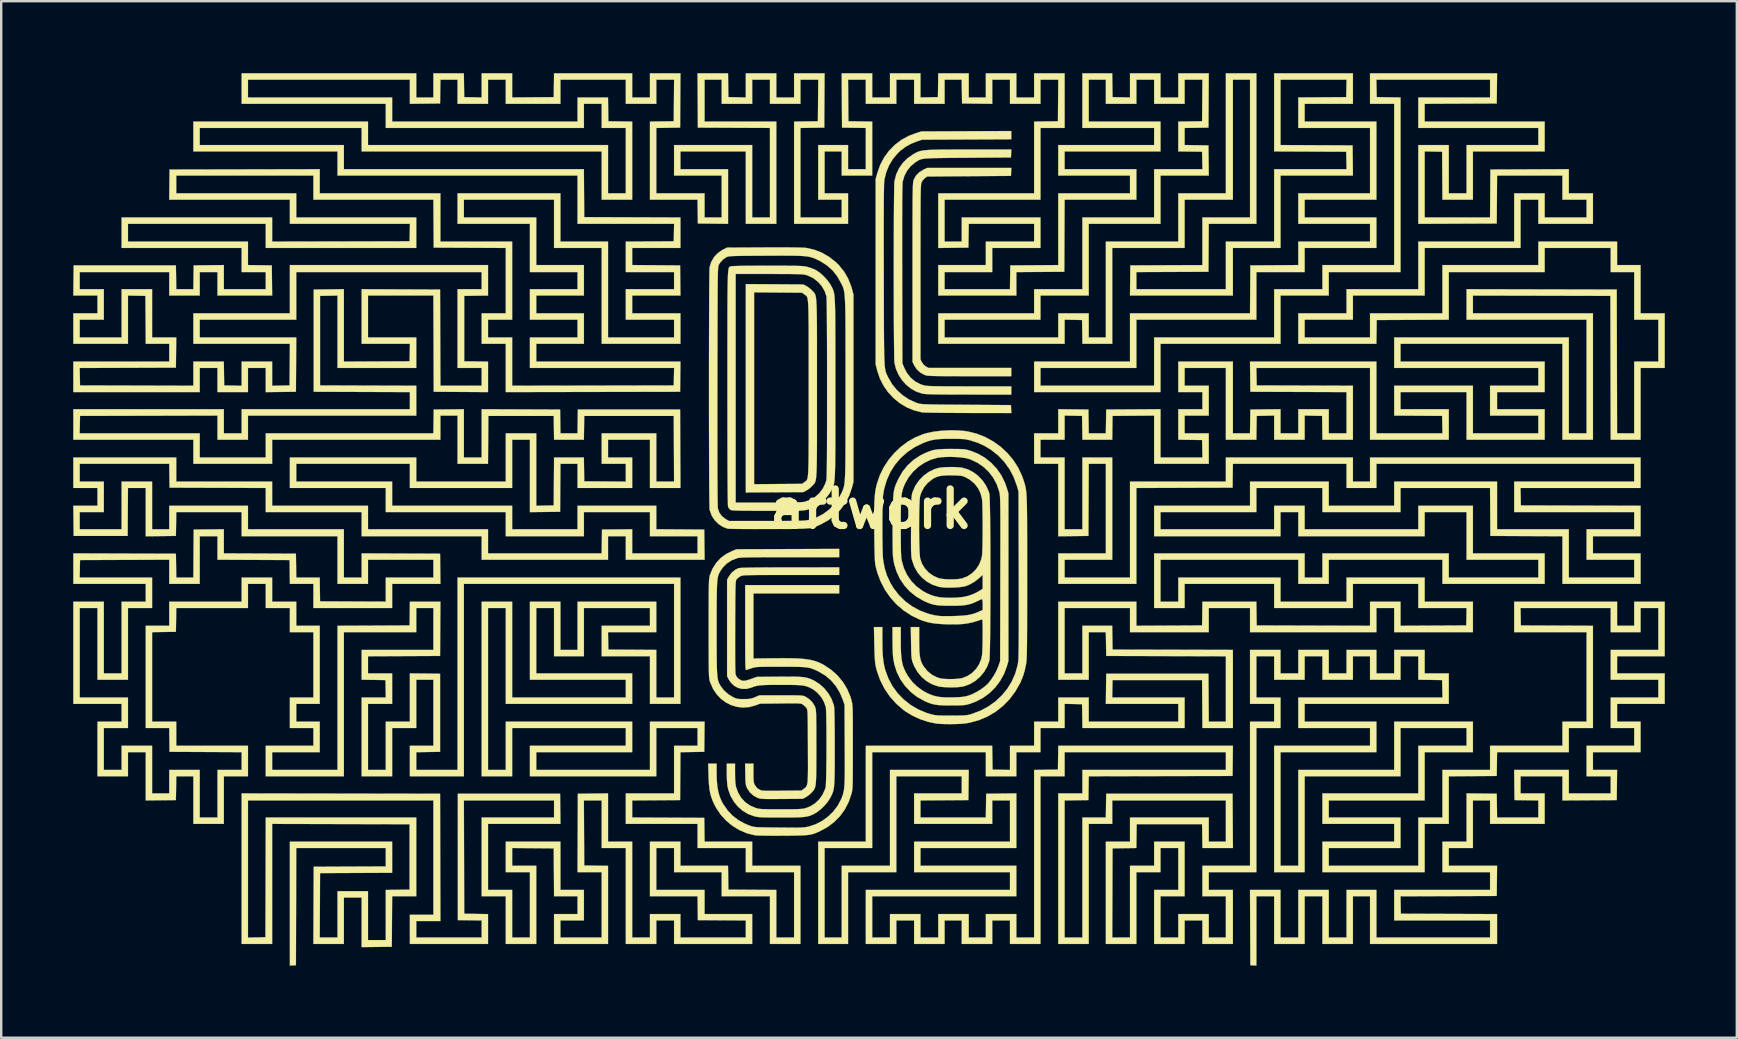
<source format=kicad_pcb>
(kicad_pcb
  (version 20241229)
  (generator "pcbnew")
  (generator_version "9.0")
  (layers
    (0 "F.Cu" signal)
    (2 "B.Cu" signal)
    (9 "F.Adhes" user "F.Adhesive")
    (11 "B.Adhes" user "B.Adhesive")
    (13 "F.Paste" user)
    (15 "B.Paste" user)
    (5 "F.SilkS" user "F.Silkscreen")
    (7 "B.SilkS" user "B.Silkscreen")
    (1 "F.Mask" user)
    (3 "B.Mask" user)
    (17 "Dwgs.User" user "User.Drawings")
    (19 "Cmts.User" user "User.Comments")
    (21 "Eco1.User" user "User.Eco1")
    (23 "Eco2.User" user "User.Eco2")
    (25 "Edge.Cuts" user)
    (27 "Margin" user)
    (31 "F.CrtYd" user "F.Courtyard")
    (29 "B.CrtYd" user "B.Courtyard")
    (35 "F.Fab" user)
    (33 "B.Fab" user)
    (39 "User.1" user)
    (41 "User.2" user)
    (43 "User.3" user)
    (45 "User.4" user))
  (footprint "artwork"
    (layer "F.Cu")
    (at 33.238 18.155)
    (property "Reference" "artwork" (at 0 0 0) (layer "F.SilkS") (effects (font (size 1.524 1.524) (thickness 0.3))))
    (attr through_hole)
    (fp_poly (pts (xy 5.842 -14.043) (xy 5.834 -13.877) (xy 2.342 -13.851) (xy 2.252 -13.787) (xy 2.183 -13.721) (xy 2.124 -13.636) (xy 2.114 -13.615) (xy 2.107 -13.599) (xy 2.101 -13.578) (xy 2.095 -13.552) (xy 2.09 -13.517) (xy 2.086 -13.47) (xy 2.082 -13.409) (xy 2.079 -13.331) (xy 2.076 -13.234) (xy 2.073 -13.115) (xy 2.071 -12.97) (xy 2.069 -12.798) (xy 2.068 -12.596) (xy 2.067 -12.361) (xy 2.066 -12.09) (xy 2.065 -11.781) (xy 2.065 -11.431) (xy 2.065 -11.038) (xy 2.064 -10.598) (xy 2.064 -10.109) (xy 2.064 -9.871) (xy 2.064 -6.234) (xy 2.119 -6.12) (xy 2.205 -6.001) (xy 2.287 -5.94) (xy 2.399 -5.874) (xy 5.847 -5.874) (xy 5.847 -5.53) (xy 4.108 -5.531) (xy 3.76 -5.531) (xy 3.462 -5.532) (xy 3.208 -5.533) (xy 2.995 -5.534) (xy 2.819 -5.535) (xy 2.675 -5.538) (xy 2.56 -5.541) (xy 2.47 -5.545) (xy 2.4 -5.549) (xy 2.347 -5.555) (xy 2.306 -5.562) (xy 2.273 -5.571) (xy 2.245 -5.58) (xy 2.241 -5.582) (xy 2.063 -5.678) (xy 1.916 -5.811) (xy 1.808 -5.973) (xy 1.733 -6.125) (xy 1.733 -9.856) (xy 1.733 -10.375) (xy 1.733 -10.843) (xy 1.733 -11.264) (xy 1.734 -11.64) (xy 1.734 -11.974) (xy 1.735 -12.269) (xy 1.736 -12.526) (xy 1.737 -12.749) (xy 1.738 -12.94) (xy 1.74 -13.103) (xy 1.742 -13.239) (xy 1.745 -13.351) (xy 1.748 -13.443) (xy 1.752 -13.516) (xy 1.756 -13.574) (xy 1.76 -13.618) (xy 1.765 -13.653) (xy 1.771 -13.679) (xy 1.777 -13.701) (xy 1.783 -13.716) (xy 1.875 -13.884) (xy 2.011 -14.025) (xy 2.182 -14.133) (xy 2.183 -14.133) (xy 2.342 -14.208) (xy 4.096 -14.208) (xy 5.85 -14.208) (xy 5.842 -14.043)) (stroke (width 0.01) (type solid)) (fill yes) (layer "F.SilkS"))
    (fp_poly (pts (xy 5.847 -15.401) (xy 3.989 -15.393) (xy 2.13 -15.385) (xy 1.945 -15.323) (xy 1.678 -15.218) (xy 1.448 -15.092) (xy 1.241 -14.937) (xy 1.12 -14.824) (xy 0.919 -14.586) (xy 0.756 -14.317) (xy 0.636 -14.026) (xy 0.562 -13.721) (xy 0.556 -13.675) (xy 0.551 -13.619) (xy 0.547 -13.522) (xy 0.544 -13.384) (xy 0.541 -13.203) (xy 0.538 -12.978) (xy 0.536 -12.709) (xy 0.535 -12.394) (xy 0.534 -12.032) (xy 0.533 -11.622) (xy 0.533 -11.163) (xy 0.534 -10.654) (xy 0.535 -10.094) (xy 0.536 -9.723) (xy 0.537 -9.195) (xy 0.538 -8.716) (xy 0.539 -8.286) (xy 0.54 -7.899) (xy 0.541 -7.555) (xy 0.543 -7.25) (xy 0.545 -6.982) (xy 0.548 -6.747) (xy 0.551 -6.544) (xy 0.555 -6.369) (xy 0.56 -6.219) (xy 0.567 -6.093) (xy 0.574 -5.987) (xy 0.583 -5.898) (xy 0.593 -5.824) (xy 0.605 -5.762) (xy 0.618 -5.709) (xy 0.633 -5.663) (xy 0.65 -5.62) (xy 0.67 -5.579) (xy 0.691 -5.536) (xy 0.715 -5.489) (xy 0.727 -5.464) (xy 0.887 -5.191) (xy 1.088 -4.946) (xy 1.325 -4.733) (xy 1.59 -4.558) (xy 1.878 -4.428) (xy 1.918 -4.414) (xy 1.954 -4.402) (xy 1.99 -4.392) (xy 2.027 -4.383) (xy 2.072 -4.376) (xy 2.127 -4.37) (xy 2.197 -4.364) (xy 2.286 -4.36) (xy 2.398 -4.356) (xy 2.536 -4.353) (xy 2.706 -4.35) (xy 2.91 -4.348) (xy 3.153 -4.345) (xy 3.438 -4.343) (xy 3.77 -4.341) (xy 3.969 -4.339) (xy 5.834 -4.326) (xy 5.842 -4.161) (xy 5.85 -3.995) (xy 4.056 -3.998) (xy 3.749 -3.999) (xy 3.454 -4.001) (xy 3.177 -4.003) (xy 2.922 -4.005) (xy 2.694 -4.008) (xy 2.497 -4.011) (xy 2.337 -4.015) (xy 2.218 -4.018) (xy 2.145 -4.022) (xy 2.127 -4.024) (xy 1.801 -4.105) (xy 1.493 -4.232) (xy 1.208 -4.403) (xy 0.948 -4.613) (xy 0.72 -4.858) (xy 0.527 -5.133) (xy 0.373 -5.435) (xy 0.264 -5.76) (xy 0.261 -5.771) (xy 0.198 -6.019) (xy 0.198 -13.745) (xy 0.27 -14.005) (xy 0.389 -14.34) (xy 0.552 -14.649) (xy 0.756 -14.927) (xy 0.998 -15.171) (xy 1.273 -15.379) (xy 1.579 -15.546) (xy 1.865 -15.654) (xy 2.103 -15.729) (xy 3.975 -15.737) (xy 5.847 -15.745) (xy 5.847 -15.401)) (stroke (width 0.01) (type solid)) (fill yes) (layer "F.SilkS"))
    (fp_poly (pts (xy -4.015 -9.361) (xy -2.818 -9.353) (xy -2.682 -9.282) (xy -2.585 -9.218) (xy -2.486 -9.136) (xy -2.44 -9.088) (xy -2.413 -9.06) (xy -2.39 -9.035) (xy -2.369 -9.012) (xy -2.35 -8.986) (xy -2.333 -8.957) (xy -2.318 -8.921) (xy -2.305 -8.875) (xy -2.293 -8.817) (xy -2.284 -8.745) (xy -2.276 -8.654) (xy -2.269 -8.544) (xy -2.263 -8.411) (xy -2.259 -8.253) (xy -2.255 -8.067) (xy -2.253 -7.85) (xy -2.251 -7.599) (xy -2.25 -7.313) (xy -2.249 -6.988) (xy -2.249 -6.622) (xy -2.249 -6.212) (xy -2.249 -5.756) (xy -2.249 -5.25) (xy -2.249 -5.027) (xy -2.249 -4.5) (xy -2.249 -4.024) (xy -2.249 -3.595) (xy -2.249 -3.211) (xy -2.249 -2.87) (xy -2.25 -2.568) (xy -2.252 -2.303) (xy -2.254 -2.073) (xy -2.257 -1.874) (xy -2.261 -1.705) (xy -2.266 -1.562) (xy -2.273 -1.442) (xy -2.28 -1.344) (xy -2.289 -1.265) (xy -2.3 -1.201) (xy -2.312 -1.151) (xy -2.326 -1.111) (xy -2.342 -1.079) (xy -2.36 -1.053) (xy -2.381 -1.029) (xy -2.403 -1.005) (xy -2.428 -0.978) (xy -2.44 -0.966) (xy -2.526 -0.883) (xy -2.627 -0.806) (xy -2.682 -0.773) (xy -2.818 -0.701) (xy -4.015 -0.694) (xy -5.212 -0.686) (xy -5.212 -1.03) (xy -4.868 -1.03) (xy -3.867 -1.038) (xy -2.867 -1.045) (xy -2.773 -1.116) (xy -2.748 -1.134) (xy -2.726 -1.149) (xy -2.705 -1.163) (xy -2.687 -1.18) (xy -2.671 -1.202) (xy -2.657 -1.231) (xy -2.645 -1.271) (xy -2.634 -1.323) (xy -2.625 -1.391) (xy -2.617 -1.477) (xy -2.611 -1.584) (xy -2.606 -1.714) (xy -2.602 -1.87) (xy -2.598 -2.055) (xy -2.596 -2.27) (xy -2.595 -2.52) (xy -2.593 -2.806) (xy -2.593 -3.131) (xy -2.593 -3.498) (xy -2.593 -3.909) (xy -2.593 -4.367) (xy -2.593 -4.874) (xy -2.593 -5.027) (xy -2.593 -5.549) (xy -2.593 -6.021) (xy -2.593 -6.445) (xy -2.593 -6.824) (xy -2.593 -7.161) (xy -2.594 -7.457) (xy -2.596 -7.717) (xy -2.598 -7.942) (xy -2.601 -8.135) (xy -2.604 -8.299) (xy -2.609 -8.436) (xy -2.615 -8.549) (xy -2.623 -8.641) (xy -2.631 -8.713) (xy -2.642 -8.77) (xy -2.653 -8.813) (xy -2.667 -8.845) (xy -2.683 -8.869) (xy -2.7 -8.887) (xy -2.72 -8.901) (xy -2.742 -8.916) (xy -2.766 -8.932) (xy -2.773 -8.938) (xy -2.867 -9.009) (xy -3.867 -9.017) (xy -4.868 -9.024) (xy -4.868 -1.03) (xy -5.212 -1.03) (xy -5.212 -9.368) (xy -4.015 -9.361)) (stroke (width 0.01) (type solid)) (fill yes) (layer "F.SilkS"))
    (fp_poly (pts (xy 5.842 -14.81) (xy 5.834 -14.645) (xy 4.022 -14.631) (xy 3.66 -14.629) (xy 3.347 -14.627) (xy 3.078 -14.624) (xy 2.851 -14.621) (xy 2.66 -14.618) (xy 2.501 -14.613) (xy 2.371 -14.606) (xy 2.266 -14.598) (xy 2.18 -14.587) (xy 2.111 -14.573) (xy 2.055 -14.557) (xy 2.006 -14.537) (xy 1.961 -14.513) (xy 1.917 -14.484) (xy 1.868 -14.452) (xy 1.835 -14.429) (xy 1.653 -14.278) (xy 1.503 -14.088) (xy 1.392 -13.87) (xy 1.324 -13.637) (xy 1.319 -13.595) (xy 1.315 -13.52) (xy 1.312 -13.411) (xy 1.309 -13.264) (xy 1.306 -13.079) (xy 1.304 -12.855) (xy 1.302 -12.589) (xy 1.301 -12.28) (xy 1.3 -11.927) (xy 1.3 -11.528) (xy 1.3 -11.081) (xy 1.3 -10.585) (xy 1.301 -10.039) (xy 1.302 -9.776) (xy 1.31 -6.072) (xy 1.373 -5.913) (xy 1.493 -5.676) (xy 1.648 -5.476) (xy 1.834 -5.317) (xy 2.05 -5.2) (xy 2.208 -5.148) (xy 2.246 -5.139) (xy 2.295 -5.132) (xy 2.357 -5.126) (xy 2.438 -5.121) (xy 2.541 -5.117) (xy 2.67 -5.113) (xy 2.828 -5.111) (xy 3.021 -5.109) (xy 3.253 -5.108) (xy 3.526 -5.107) (xy 3.845 -5.107) (xy 4.107 -5.106) (xy 5.847 -5.106) (xy 5.847 -4.763) (xy 4.081 -4.765) (xy 3.712 -4.765) (xy 3.391 -4.766) (xy 3.117 -4.768) (xy 2.884 -4.77) (xy 2.69 -4.773) (xy 2.531 -4.776) (xy 2.403 -4.781) (xy 2.303 -4.786) (xy 2.227 -4.792) (xy 2.171 -4.799) (xy 2.148 -4.803) (xy 1.903 -4.882) (xy 1.676 -5.007) (xy 1.47 -5.172) (xy 1.292 -5.371) (xy 1.147 -5.597) (xy 1.04 -5.845) (xy 0.981 -6.086) (xy 0.977 -6.137) (xy 0.973 -6.238) (xy 0.97 -6.384) (xy 0.967 -6.571) (xy 0.964 -6.796) (xy 0.961 -7.055) (xy 0.959 -7.344) (xy 0.957 -7.659) (xy 0.955 -7.997) (xy 0.954 -8.354) (xy 0.953 -8.726) (xy 0.952 -9.109) (xy 0.952 -9.499) (xy 0.952 -9.893) (xy 0.952 -10.286) (xy 0.952 -10.676) (xy 0.953 -11.058) (xy 0.954 -11.428) (xy 0.956 -11.782) (xy 0.957 -12.118) (xy 0.959 -12.43) (xy 0.961 -12.716) (xy 0.964 -12.971) (xy 0.967 -13.192) (xy 0.97 -13.374) (xy 0.973 -13.515) (xy 0.977 -13.609) (xy 0.981 -13.652) (xy 1.052 -13.934) (xy 1.17 -14.191) (xy 1.331 -14.421) (xy 1.536 -14.621) (xy 1.78 -14.789) (xy 1.803 -14.801) (xy 1.863 -14.834) (xy 1.919 -14.862) (xy 1.976 -14.886) (xy 2.037 -14.906) (xy 2.107 -14.923) (xy 2.189 -14.937) (xy 2.289 -14.948) (xy 2.409 -14.957) (xy 2.554 -14.964) (xy 2.728 -14.968) (xy 2.936 -14.971) (xy 3.181 -14.973) (xy 3.468 -14.974) (xy 3.8 -14.975) (xy 4.096 -14.975) (xy 5.85 -14.975) (xy 5.842 -14.81)) (stroke (width 0.01) (type solid)) (fill yes) (layer "F.SilkS"))
    (fp_poly (pts (xy -1.323 3.519) (xy -4.895 3.519) (xy -4.895 6.233) (xy -4.002 6.222) (xy -3.655 6.22) (xy -3.355 6.222) (xy -3.096 6.229) (xy -2.873 6.243) (xy -2.68 6.264) (xy -2.512 6.292) (xy -2.361 6.329) (xy -2.224 6.375) (xy -2.093 6.432) (xy -1.964 6.499) (xy -1.946 6.51) (xy -1.65 6.708) (xy -1.39 6.942) (xy -1.169 7.208) (xy -0.99 7.502) (xy -0.856 7.82) (xy -0.813 7.964) (xy -0.802 8.01) (xy -0.791 8.054) (xy -0.783 8.1) (xy -0.776 8.153) (xy -0.77 8.217) (xy -0.765 8.296) (xy -0.761 8.395) (xy -0.759 8.517) (xy -0.757 8.667) (xy -0.755 8.85) (xy -0.755 9.069) (xy -0.754 9.329) (xy -0.754 9.635) (xy -0.754 9.922) (xy -0.754 10.267) (xy -0.754 10.564) (xy -0.755 10.816) (xy -0.756 11.029) (xy -0.757 11.205) (xy -0.759 11.35) (xy -0.762 11.468) (xy -0.766 11.562) (xy -0.771 11.638) (xy -0.777 11.7) (xy -0.784 11.751) (xy -0.793 11.796) (xy -0.803 11.84) (xy -0.814 11.88) (xy -0.93 12.216) (xy -1.09 12.525) (xy -1.292 12.803) (xy -1.534 13.048) (xy -1.814 13.258) (xy -2.125 13.427) (xy -2.222 13.47) (xy -2.308 13.507) (xy -2.391 13.536) (xy -2.475 13.559) (xy -2.568 13.577) (xy -2.675 13.59) (xy -2.804 13.6) (xy -2.959 13.606) (xy -3.148 13.61) (xy -3.377 13.613) (xy -3.652 13.615) (xy -3.678 13.615) (xy -3.911 13.616) (xy -4.133 13.616) (xy -4.337 13.614) (xy -4.516 13.611) (xy -4.663 13.608) (xy -4.771 13.603) (xy -4.834 13.598) (xy -4.838 13.597) (xy -5.164 13.515) (xy -5.473 13.384) (xy -5.762 13.21) (xy -6.023 12.996) (xy -6.253 12.747) (xy -6.444 12.466) (xy -6.523 12.318) (xy -6.596 12.156) (xy -6.653 12.002) (xy -6.696 11.845) (xy -6.727 11.675) (xy -6.748 11.48) (xy -6.761 11.248) (xy -6.766 11.119) (xy -6.781 10.61) (xy -6.429 10.61) (xy -6.429 10.992) (xy -6.422 11.3) (xy -6.398 11.566) (xy -6.357 11.798) (xy -6.296 12.003) (xy -6.214 12.192) (xy -6.151 12.304) (xy -5.968 12.565) (xy -5.761 12.784) (xy -5.524 12.966) (xy -5.25 13.115) (xy -5.026 13.206) (xy -4.981 13.221) (xy -4.937 13.234) (xy -4.888 13.244) (xy -4.829 13.252) (xy -4.753 13.258) (xy -4.656 13.263) (xy -4.531 13.267) (xy -4.372 13.27) (xy -4.174 13.273) (xy -3.931 13.275) (xy -3.833 13.276) (xy -3.57 13.278) (xy -3.355 13.28) (xy -3.18 13.28) (xy -3.04 13.279) (xy -2.928 13.276) (xy -2.839 13.271) (xy -2.765 13.265) (xy -2.702 13.256) (xy -2.643 13.245) (xy -2.581 13.231) (xy -2.58 13.231) (xy -2.298 13.138) (xy -2.031 12.998) (xy -1.784 12.818) (xy -1.566 12.605) (xy -1.383 12.363) (xy -1.243 12.1) (xy -1.231 12.071) (xy -1.202 11.998) (xy -1.177 11.93) (xy -1.156 11.861) (xy -1.138 11.788) (xy -1.124 11.706) (xy -1.112 11.61) (xy -1.103 11.496) (xy -1.097 11.36) (xy -1.092 11.197) (xy -1.089 11.003) (xy -1.088 10.774) (xy -1.088 10.505) (xy -1.089 10.192) (xy -1.091 9.83) (xy -1.091 9.829) (xy -1.099 8.162) (xy -1.161 7.977) (xy -1.292 7.661) (xy -1.46 7.382) (xy -1.665 7.141) (xy -1.906 6.938) (xy -2.181 6.775) (xy -2.28 6.727) (xy -2.368 6.688) (xy -2.45 6.656) (xy -2.534 6.63) (xy -2.626 6.611) (xy -2.731 6.597) (xy -2.856 6.587) (xy -3.007 6.58) (xy -3.191 6.577) (xy -3.414 6.575) (xy -3.681 6.575) (xy -3.757 6.575) (xy -4.017 6.575) (xy -4.23 6.576) (xy -4.402 6.577) (xy -4.538 6.579) (xy -4.646 6.582) (xy -4.73 6.587) (xy -4.796 6.594) (xy -4.85 6.603) (xy -4.899 6.615) (xy -4.948 6.629) (xy -4.967 6.635) (xy -5.065 6.666) (xy -5.146 6.693) (xy -5.195 6.709) (xy -5.198 6.711) (xy -5.206 6.709) (xy -5.213 6.697) (xy -5.219 6.67) (xy -5.224 6.624) (xy -5.228 6.556) (xy -5.231 6.462) (xy -5.234 6.339) (xy -5.236 6.183) (xy -5.237 5.991) (xy -5.238 5.758) (xy -5.238 5.482) (xy -5.239 5.159) (xy -5.239 4.951) (xy -5.239 3.175) (xy -1.323 3.175) (xy -1.323 3.519)) (stroke (width 0.01) (type solid)) (fill yes) (layer "F.SilkS"))
    (fp_poly (pts (xy -3.999 -10.133) (xy -3.728 -10.133) (xy -3.501 -10.132) (xy -3.312 -10.131) (xy -3.157 -10.129) (xy -3.032 -10.126) (xy -2.932 -10.122) (xy -2.852 -10.117) (xy -2.787 -10.11) (xy -2.733 -10.103) (xy -2.685 -10.093) (xy -2.638 -10.082) (xy -2.634 -10.081) (xy -2.51 -10.043) (xy -2.382 -9.993) (xy -2.279 -9.944) (xy -2.123 -9.837) (xy -1.966 -9.696) (xy -1.821 -9.537) (xy -1.702 -9.374) (xy -1.657 -9.294) (xy -1.633 -9.248) (xy -1.612 -9.206) (xy -1.593 -9.167) (xy -1.575 -9.127) (xy -1.56 -9.083) (xy -1.546 -9.033) (xy -1.534 -8.975) (xy -1.524 -8.905) (xy -1.515 -8.82) (xy -1.508 -8.719) (xy -1.501 -8.598) (xy -1.496 -8.455) (xy -1.492 -8.287) (xy -1.489 -8.091) (xy -1.486 -7.864) (xy -1.485 -7.605) (xy -1.484 -7.309) (xy -1.483 -6.975) (xy -1.482 -6.6) (xy -1.482 -6.18) (xy -1.482 -5.714) (xy -1.482 -5.199) (xy -1.482 -5.027) (xy -1.482 -4.496) (xy -1.482 -4.015) (xy -1.482 -3.581) (xy -1.483 -3.192) (xy -1.483 -2.845) (xy -1.484 -2.538) (xy -1.486 -2.268) (xy -1.488 -2.031) (xy -1.491 -1.826) (xy -1.495 -1.649) (xy -1.5 -1.498) (xy -1.506 -1.371) (xy -1.513 -1.264) (xy -1.521 -1.174) (xy -1.531 -1.1) (xy -1.542 -1.038) (xy -1.555 -0.986) (xy -1.57 -0.941) (xy -1.587 -0.9) (xy -1.606 -0.86) (xy -1.626 -0.82) (xy -1.649 -0.776) (xy -1.657 -0.761) (xy -1.755 -0.602) (xy -1.888 -0.439) (xy -2.042 -0.287) (xy -2.2 -0.16) (xy -2.279 -0.11) (xy -2.383 -0.06) (xy -2.511 -0.011) (xy -2.634 0.027) (xy -2.681 0.038) (xy -2.729 0.048) (xy -2.782 0.056) (xy -2.846 0.062) (xy -2.925 0.067) (xy -3.023 0.071) (xy -3.146 0.074) (xy -3.298 0.076) (xy -3.484 0.078) (xy -3.708 0.078) (xy -3.975 0.078) (xy -4.291 0.078) (xy -4.31 0.078) (xy -4.635 0.078) (xy -4.911 0.077) (xy -5.142 0.076) (xy -5.333 0.074) (xy -5.486 0.071) (xy -5.607 0.068) (xy -5.699 0.063) (xy -5.766 0.058) (xy -5.812 0.051) (xy -5.841 0.044) (xy -5.851 0.039) (xy -5.91 -0.013) (xy -5.95 -0.083) (xy -5.954 -0.112) (xy -5.958 -0.176) (xy -5.961 -0.277) (xy -5.964 -0.416) (xy -5.967 -0.593) (xy -5.969 -0.811) (xy -5.971 -1.07) (xy -5.973 -1.372) (xy -5.975 -1.718) (xy -5.976 -2.109) (xy -5.977 -2.546) (xy -5.978 -3.031) (xy -5.979 -3.565) (xy -5.979 -4.149) (xy -5.98 -4.784) (xy -5.98 -5.032) (xy -5.98 -5.636) (xy -5.98 -6.19) (xy -5.98 -6.696) (xy -5.979 -7.155) (xy -5.979 -7.57) (xy -5.979 -7.944) (xy -5.978 -8.278) (xy -5.976 -8.575) (xy -5.975 -8.837) (xy -5.973 -9.066) (xy -5.97 -9.265) (xy -5.967 -9.436) (xy -5.963 -9.58) (xy -5.959 -9.701) (xy -5.954 -9.79) (xy -5.636 -9.79) (xy -5.636 -0.265) (xy -4.274 -0.265) (xy -3.9 -0.265) (xy -3.579 -0.267) (xy -3.311 -0.27) (xy -3.095 -0.275) (xy -2.933 -0.281) (xy -2.823 -0.288) (xy -2.773 -0.294) (xy -2.545 -0.369) (xy -2.338 -0.488) (xy -2.157 -0.647) (xy -2.009 -0.839) (xy -1.9 -1.058) (xy -1.862 -1.177) (xy -1.857 -1.205) (xy -1.852 -1.249) (xy -1.848 -1.312) (xy -1.844 -1.396) (xy -1.841 -1.504) (xy -1.838 -1.638) (xy -1.836 -1.8) (xy -1.833 -1.994) (xy -1.832 -2.221) (xy -1.83 -2.484) (xy -1.829 -2.784) (xy -1.828 -3.126) (xy -1.827 -3.51) (xy -1.827 -3.939) (xy -1.827 -4.417) (xy -1.827 -4.944) (xy -1.827 -5.027) (xy -1.827 -5.607) (xy -1.827 -6.143) (xy -1.828 -6.632) (xy -1.83 -7.075) (xy -1.832 -7.471) (xy -1.834 -7.819) (xy -1.836 -8.118) (xy -1.839 -8.368) (xy -1.842 -8.568) (xy -1.846 -8.717) (xy -1.849 -8.815) (xy -1.854 -8.86) (xy -1.854 -8.861) (xy -1.932 -9.088) (xy -2.056 -9.294) (xy -2.217 -9.474) (xy -2.411 -9.62) (xy -2.63 -9.725) (xy -2.675 -9.739) (xy -2.713 -9.751) (xy -2.755 -9.76) (xy -2.804 -9.768) (xy -2.866 -9.774) (xy -2.945 -9.779) (xy -3.046 -9.783) (xy -3.173 -9.785) (xy -3.332 -9.787) (xy -3.526 -9.789) (xy -3.761 -9.789) (xy -4.042 -9.79) (xy -4.236 -9.79) (xy -5.636 -9.79) (xy -5.954 -9.79) (xy -5.954 -9.801) (xy -5.948 -9.881) (xy -5.941 -9.944) (xy -5.933 -9.992) (xy -5.924 -10.028) (xy -5.915 -10.054) (xy -5.904 -10.071) (xy -5.892 -10.083) (xy -5.879 -10.092) (xy -5.864 -10.098) (xy -5.851 -10.105) (xy -5.814 -10.112) (xy -5.73 -10.118) (xy -5.599 -10.123) (xy -5.419 -10.127) (xy -5.189 -10.13) (xy -4.91 -10.132) (xy -4.579 -10.133) (xy -4.319 -10.134) (xy -3.999 -10.133)) (stroke (width 0.01) (type solid)) (fill yes) (layer "F.SilkS"))
    (fp_poly (pts (xy -1.323 2.752) (xy -3.325 2.752) (xy -3.699 2.752) (xy -4.023 2.752) (xy -4.301 2.752) (xy -4.538 2.753) (xy -4.736 2.754) (xy -4.901 2.756) (xy -5.034 2.758) (xy -5.141 2.761) (xy -5.224 2.764) (xy -5.288 2.769) (xy -5.336 2.775) (xy -5.371 2.781) (xy -5.398 2.789) (xy -5.421 2.798) (xy -5.435 2.805) (xy -5.516 2.855) (xy -5.583 2.915) (xy -5.596 2.931) (xy -5.606 2.946) (xy -5.615 2.964) (xy -5.622 2.989) (xy -5.629 3.025) (xy -5.634 3.075) (xy -5.639 3.143) (xy -5.642 3.233) (xy -5.645 3.349) (xy -5.648 3.494) (xy -5.65 3.672) (xy -5.652 3.887) (xy -5.653 4.142) (xy -5.655 4.442) (xy -5.656 4.789) (xy -5.657 4.908) (xy -5.658 5.326) (xy -5.659 5.693) (xy -5.658 6.009) (xy -5.657 6.276) (xy -5.655 6.495) (xy -5.651 6.667) (xy -5.647 6.793) (xy -5.642 6.875) (xy -5.636 6.912) (xy -5.582 7.012) (xy -5.491 7.096) (xy -5.38 7.151) (xy -5.338 7.161) (xy -5.266 7.161) (xy -5.164 7.14) (xy -5.025 7.096) (xy -4.998 7.087) (xy -4.749 6.998) (xy -3.853 6.99) (xy -3.572 6.988) (xy -3.338 6.988) (xy -3.144 6.99) (xy -2.984 6.996) (xy -2.852 7.006) (xy -2.742 7.021) (xy -2.647 7.042) (xy -2.561 7.068) (xy -2.477 7.102) (xy -2.39 7.143) (xy -2.373 7.151) (xy -2.151 7.29) (xy -1.951 7.467) (xy -1.78 7.676) (xy -1.646 7.906) (xy -1.555 8.147) (xy -1.537 8.223) (xy -1.53 8.286) (xy -1.524 8.402) (xy -1.519 8.569) (xy -1.515 8.786) (xy -1.512 9.054) (xy -1.51 9.371) (xy -1.509 9.736) (xy -1.509 9.93) (xy -1.509 10.276) (xy -1.509 10.574) (xy -1.51 10.828) (xy -1.513 11.042) (xy -1.517 11.222) (xy -1.523 11.371) (xy -1.531 11.495) (xy -1.541 11.597) (xy -1.555 11.683) (xy -1.572 11.756) (xy -1.593 11.821) (xy -1.618 11.883) (xy -1.648 11.947) (xy -1.682 12.016) (xy -1.683 12.019) (xy -1.78 12.175) (xy -1.911 12.336) (xy -2.063 12.488) (xy -2.22 12.616) (xy -2.344 12.694) (xy -2.426 12.735) (xy -2.503 12.768) (xy -2.583 12.795) (xy -2.671 12.816) (xy -2.773 12.832) (xy -2.897 12.843) (xy -3.047 12.85) (xy -3.231 12.855) (xy -3.454 12.857) (xy -3.724 12.857) (xy -3.757 12.857) (xy -4.007 12.856) (xy -4.21 12.855) (xy -4.373 12.853) (xy -4.502 12.85) (xy -4.604 12.845) (xy -4.686 12.838) (xy -4.753 12.829) (xy -4.813 12.817) (xy -4.867 12.804) (xy -5.116 12.712) (xy -5.344 12.576) (xy -5.545 12.4) (xy -5.715 12.191) (xy -5.85 11.953) (xy -5.944 11.693) (xy -5.978 11.535) (xy -5.988 11.443) (xy -5.997 11.315) (xy -6.003 11.165) (xy -6.006 11.011) (xy -6.006 10.987) (xy -6.006 10.61) (xy -5.662 10.61) (xy -5.662 11.014) (xy -5.659 11.235) (xy -5.648 11.408) (xy -5.63 11.538) (xy -5.622 11.577) (xy -5.533 11.824) (xy -5.404 12.038) (xy -5.238 12.218) (xy -5.036 12.359) (xy -4.803 12.46) (xy -4.793 12.463) (xy -4.742 12.477) (xy -4.689 12.489) (xy -4.628 12.498) (xy -4.552 12.504) (xy -4.454 12.509) (xy -4.328 12.512) (xy -4.167 12.514) (xy -3.966 12.515) (xy -3.76 12.515) (xy -3.505 12.514) (xy -3.297 12.513) (xy -3.131 12.51) (xy -3 12.505) (xy -2.898 12.499) (xy -2.82 12.49) (xy -2.759 12.479) (xy -2.742 12.475) (xy -2.522 12.391) (xy -2.322 12.263) (xy -2.149 12.096) (xy -2.01 11.898) (xy -1.91 11.674) (xy -1.888 11.602) (xy -1.881 11.549) (xy -1.875 11.449) (xy -1.869 11.307) (xy -1.864 11.131) (xy -1.86 10.925) (xy -1.857 10.696) (xy -1.854 10.449) (xy -1.852 10.19) (xy -1.851 9.925) (xy -1.851 9.661) (xy -1.852 9.403) (xy -1.853 9.156) (xy -1.856 8.927) (xy -1.859 8.722) (xy -1.863 8.546) (xy -1.868 8.406) (xy -1.874 8.307) (xy -1.88 8.258) (xy -1.953 8.047) (xy -2.067 7.848) (xy -2.214 7.674) (xy -2.385 7.534) (xy -2.455 7.493) (xy -2.538 7.45) (xy -2.616 7.415) (xy -2.695 7.388) (xy -2.782 7.367) (xy -2.884 7.352) (xy -3.007 7.341) (xy -3.159 7.335) (xy -3.345 7.331) (xy -3.573 7.33) (xy -3.756 7.33) (xy -4.01 7.33) (xy -4.218 7.332) (xy -4.387 7.336) (xy -4.523 7.343) (xy -4.634 7.352) (xy -4.726 7.366) (xy -4.806 7.384) (xy -4.882 7.407) (xy -4.959 7.436) (xy -4.974 7.442) (xy -5.17 7.496) (xy -5.361 7.499) (xy -5.541 7.455) (xy -5.702 7.365) (xy -5.839 7.232) (xy -5.923 7.104) (xy -5.993 6.972) (xy -5.993 2.95) (xy -5.913 2.806) (xy -5.806 2.661) (xy -5.663 2.542) (xy -5.521 2.469) (xy -5.488 2.463) (xy -5.424 2.458) (xy -5.326 2.453) (xy -5.191 2.449) (xy -5.018 2.445) (xy -4.804 2.442) (xy -4.547 2.44) (xy -4.245 2.438) (xy -3.895 2.437) (xy -3.496 2.436) (xy -3.38 2.436) (xy -1.323 2.434) (xy -1.323 2.752)) (stroke (width 0.01) (type solid)) (fill yes) (layer "F.SilkS"))
    (fp_poly (pts (xy -3.386 -10.896) (xy -3.138 -10.893) (xy -2.942 -10.889) (xy -2.797 -10.883) (xy -2.705 -10.876) (xy -2.693 -10.875) (xy -2.368 -10.802) (xy -2.053 -10.68) (xy -1.757 -10.512) (xy -1.485 -10.303) (xy -1.335 -10.157) (xy -1.12 -9.891) (xy -0.949 -9.595) (xy -0.82 -9.268) (xy -0.787 -9.155) (xy -0.728 -8.93) (xy -0.728 -1.124) (xy -0.787 -0.9) (xy -0.903 -0.563) (xy -1.064 -0.254) (xy -1.266 0.024) (xy -1.508 0.269) (xy -1.788 0.478) (xy -2.098 0.647) (xy -2.177 0.684) (xy -2.248 0.715) (xy -2.314 0.741) (xy -2.381 0.763) (xy -2.452 0.781) (xy -2.533 0.796) (xy -2.629 0.807) (xy -2.743 0.816) (xy -2.88 0.823) (xy -3.045 0.828) (xy -3.243 0.831) (xy -3.477 0.833) (xy -3.753 0.835) (xy -4.074 0.836) (xy -4.26 0.837) (xy -4.551 0.837) (xy -4.828 0.838) (xy -5.086 0.837) (xy -5.32 0.836) (xy -5.526 0.834) (xy -5.699 0.832) (xy -5.833 0.829) (xy -5.925 0.826) (xy -5.968 0.822) (xy -5.969 0.822) (xy -6.171 0.746) (xy -6.353 0.626) (xy -6.508 0.471) (xy -6.629 0.287) (xy -6.707 0.083) (xy -6.721 0.021) (xy -6.725 -0.022) (xy -6.727 -0.114) (xy -6.73 -0.252) (xy -6.732 -0.434) (xy -6.735 -0.656) (xy -6.737 -0.915) (xy -6.739 -1.207) (xy -6.74 -1.53) (xy -6.742 -1.88) (xy -6.743 -2.254) (xy -6.744 -2.649) (xy -6.745 -3.061) (xy -6.746 -3.225) (xy -6.398 -3.225) (xy -6.398 -2.699) (xy -6.398 -2.223) (xy -6.397 -1.796) (xy -6.396 -1.417) (xy -6.394 -1.085) (xy -6.392 -0.799) (xy -6.39 -0.558) (xy -6.388 -0.362) (xy -6.385 -0.209) (xy -6.382 -0.099) (xy -6.378 -0.031) (xy -6.375 -0.009) (xy -6.314 0.159) (xy -6.208 0.303) (xy -6.06 0.418) (xy -6.053 0.422) (xy -5.913 0.502) (xy -4.339 0.502) (xy -4.009 0.502) (xy -3.727 0.502) (xy -3.489 0.501) (xy -3.29 0.5) (xy -3.126 0.498) (xy -2.992 0.495) (xy -2.884 0.492) (xy -2.797 0.487) (xy -2.726 0.481) (xy -2.668 0.474) (xy -2.617 0.465) (xy -2.569 0.455) (xy -2.546 0.45) (xy -2.264 0.356) (xy -1.996 0.215) (xy -1.75 0.034) (xy -1.533 -0.181) (xy -1.351 -0.425) (xy -1.211 -0.692) (xy -1.203 -0.712) (xy -1.183 -0.76) (xy -1.165 -0.804) (xy -1.15 -0.847) (xy -1.135 -0.892) (xy -1.123 -0.941) (xy -1.111 -0.998) (xy -1.102 -1.065) (xy -1.093 -1.144) (xy -1.086 -1.239) (xy -1.08 -1.352) (xy -1.074 -1.486) (xy -1.07 -1.643) (xy -1.067 -1.826) (xy -1.064 -2.038) (xy -1.062 -2.282) (xy -1.06 -2.561) (xy -1.059 -2.876) (xy -1.059 -3.231) (xy -1.058 -3.628) (xy -1.058 -4.071) (xy -1.058 -4.561) (xy -1.058 -5.027) (xy -1.058 -5.564) (xy -1.058 -6.051) (xy -1.058 -6.49) (xy -1.059 -6.885) (xy -1.059 -7.237) (xy -1.06 -7.55) (xy -1.062 -7.826) (xy -1.064 -8.068) (xy -1.068 -8.279) (xy -1.072 -8.462) (xy -1.077 -8.618) (xy -1.084 -8.751) (xy -1.092 -8.864) (xy -1.101 -8.959) (xy -1.112 -9.039) (xy -1.124 -9.107) (xy -1.139 -9.165) (xy -1.155 -9.216) (xy -1.173 -9.262) (xy -1.194 -9.308) (xy -1.217 -9.354) (xy -1.242 -9.404) (xy -1.256 -9.432) (xy -1.415 -9.709) (xy -1.603 -9.944) (xy -1.826 -10.143) (xy -2.088 -10.311) (xy -2.183 -10.36) (xy -2.264 -10.399) (xy -2.339 -10.433) (xy -2.412 -10.461) (xy -2.487 -10.485) (xy -2.569 -10.505) (xy -2.663 -10.521) (xy -2.774 -10.533) (xy -2.905 -10.542) (xy -3.062 -10.548) (xy -3.249 -10.552) (xy -3.47 -10.553) (xy -3.731 -10.554) (xy -4.035 -10.553) (xy -4.379 -10.551) (xy -4.703 -10.55) (xy -4.979 -10.548) (xy -5.211 -10.546) (xy -5.402 -10.544) (xy -5.558 -10.541) (xy -5.682 -10.538) (xy -5.779 -10.534) (xy -5.853 -10.529) (xy -5.908 -10.523) (xy -5.949 -10.516) (xy -5.98 -10.508) (xy -6.005 -10.498) (xy -6.017 -10.492) (xy -6.162 -10.394) (xy -6.284 -10.26) (xy -6.338 -10.171) (xy -6.345 -10.157) (xy -6.35 -10.141) (xy -6.356 -10.12) (xy -6.36 -10.093) (xy -6.365 -10.056) (xy -6.368 -10.007) (xy -6.372 -9.945) (xy -6.375 -9.866) (xy -6.378 -9.769) (xy -6.38 -9.651) (xy -6.383 -9.511) (xy -6.385 -9.345) (xy -6.386 -9.152) (xy -6.388 -8.928) (xy -6.389 -8.673) (xy -6.39 -8.384) (xy -6.391 -8.058) (xy -6.392 -7.692) (xy -6.393 -7.286) (xy -6.394 -6.837) (xy -6.395 -6.341) (xy -6.396 -5.798) (xy -6.397 -5.204) (xy -6.397 -5.106) (xy -6.398 -4.427) (xy -6.398 -3.8) (xy -6.398 -3.225) (xy -6.746 -3.225) (xy -6.746 -3.488) (xy -6.747 -3.926) (xy -6.747 -4.371) (xy -6.747 -4.821) (xy -6.747 -5.273) (xy -6.747 -5.723) (xy -6.747 -6.168) (xy -6.746 -6.605) (xy -6.745 -7.031) (xy -6.744 -7.441) (xy -6.743 -7.834) (xy -6.742 -8.206) (xy -6.74 -8.554) (xy -6.739 -8.874) (xy -6.737 -9.164) (xy -6.735 -9.419) (xy -6.732 -9.638) (xy -6.73 -9.816) (xy -6.727 -9.951) (xy -6.724 -10.038) (xy -6.721 -10.075) (xy -6.655 -10.288) (xy -6.543 -10.482) (xy -6.391 -10.649) (xy -6.205 -10.782) (xy -6.152 -10.81) (xy -5.993 -10.888) (xy -4.445 -10.896) (xy -4.039 -10.897) (xy -3.686 -10.897) (xy -3.386 -10.896)) (stroke (width 0.01) (type solid)) (fill yes) (layer "F.SilkS"))
    (fp_poly (pts (xy -1.323 2.011) (xy -3.368 2.011) (xy -3.753 2.011) (xy -4.089 2.011) (xy -4.38 2.012) (xy -4.628 2.013) (xy -4.838 2.015) (xy -5.014 2.017) (xy -5.158 2.02) (xy -5.275 2.023) (xy -5.368 2.027) (xy -5.441 2.032) (xy -5.497 2.038) (xy -5.541 2.045) (xy -5.571 2.052) (xy -5.796 2.137) (xy -5.998 2.268) (xy -6.17 2.438) (xy -6.264 2.573) (xy -6.294 2.623) (xy -6.32 2.671) (xy -6.342 2.721) (xy -6.361 2.777) (xy -6.377 2.843) (xy -6.391 2.922) (xy -6.401 3.018) (xy -6.41 3.135) (xy -6.416 3.277) (xy -6.421 3.448) (xy -6.424 3.652) (xy -6.427 3.892) (xy -6.428 4.173) (xy -6.428 4.498) (xy -6.428 4.87) (xy -6.428 4.974) (xy -6.428 5.36) (xy -6.428 5.697) (xy -6.427 5.988) (xy -6.425 6.238) (xy -6.422 6.451) (xy -6.418 6.63) (xy -6.412 6.779) (xy -6.404 6.903) (xy -6.394 7.004) (xy -6.381 7.087) (xy -6.366 7.155) (xy -6.348 7.213) (xy -6.326 7.265) (xy -6.301 7.313) (xy -6.272 7.363) (xy -6.264 7.376) (xy -6.13 7.554) (xy -5.957 7.71) (xy -5.76 7.833) (xy -5.741 7.842) (xy -5.659 7.88) (xy -5.59 7.904) (xy -5.518 7.917) (xy -5.426 7.922) (xy -5.299 7.923) (xy -5.292 7.923) (xy -5.158 7.921) (xy -5.059 7.913) (xy -4.977 7.897) (xy -4.895 7.87) (xy -4.829 7.844) (xy -4.643 7.766) (xy -3.744 7.766) (xy -3.502 7.766) (xy -3.306 7.766) (xy -3.152 7.767) (xy -3.033 7.77) (xy -2.943 7.774) (xy -2.876 7.779) (xy -2.826 7.787) (xy -2.787 7.798) (xy -2.753 7.811) (xy -2.722 7.826) (xy -2.572 7.924) (xy -2.442 8.054) (xy -2.348 8.202) (xy -2.328 8.248) (xy -2.317 8.28) (xy -2.308 8.314) (xy -2.3 8.354) (xy -2.293 8.405) (xy -2.288 8.471) (xy -2.284 8.557) (xy -2.281 8.667) (xy -2.279 8.805) (xy -2.277 8.976) (xy -2.276 9.184) (xy -2.276 9.434) (xy -2.275 9.73) (xy -2.275 9.918) (xy -2.275 10.257) (xy -2.276 10.547) (xy -2.277 10.793) (xy -2.279 10.999) (xy -2.283 11.17) (xy -2.289 11.309) (xy -2.297 11.421) (xy -2.308 11.51) (xy -2.323 11.58) (xy -2.341 11.637) (xy -2.364 11.684) (xy -2.391 11.725) (xy -2.424 11.765) (xy -2.461 11.808) (xy -2.466 11.813) (xy -2.552 11.896) (xy -2.654 11.973) (xy -2.709 12.007) (xy -2.844 12.078) (xy -3.717 12.084) (xy -3.958 12.086) (xy -4.152 12.086) (xy -4.305 12.086) (xy -4.424 12.084) (xy -4.514 12.08) (xy -4.582 12.074) (xy -4.634 12.066) (xy -4.676 12.055) (xy -4.715 12.041) (xy -4.718 12.04) (xy -4.896 11.943) (xy -5.044 11.809) (xy -5.151 11.648) (xy -5.179 11.589) (xy -5.199 11.536) (xy -5.212 11.479) (xy -5.222 11.406) (xy -5.228 11.308) (xy -5.232 11.175) (xy -5.234 11.053) (xy -5.243 10.61) (xy -4.895 10.61) (xy -4.895 11.003) (xy -4.894 11.158) (xy -4.891 11.271) (xy -4.885 11.352) (xy -4.874 11.412) (xy -4.857 11.462) (xy -4.834 11.51) (xy -4.749 11.623) (xy -4.656 11.688) (xy -4.622 11.705) (xy -4.589 11.719) (xy -4.551 11.729) (xy -4.502 11.737) (xy -4.434 11.742) (xy -4.343 11.744) (xy -4.221 11.745) (xy -4.063 11.745) (xy -3.862 11.743) (xy -3.716 11.742) (xy -2.893 11.734) (xy -2.8 11.663) (xy -2.762 11.635) (xy -2.731 11.609) (xy -2.704 11.58) (xy -2.682 11.546) (xy -2.664 11.501) (xy -2.65 11.441) (xy -2.639 11.362) (xy -2.632 11.26) (xy -2.627 11.13) (xy -2.624 10.97) (xy -2.622 10.773) (xy -2.623 10.537) (xy -2.624 10.256) (xy -2.625 9.928) (xy -2.625 9.885) (xy -2.627 9.564) (xy -2.628 9.29) (xy -2.63 9.062) (xy -2.632 8.873) (xy -2.634 8.721) (xy -2.637 8.6) (xy -2.641 8.507) (xy -2.646 8.437) (xy -2.652 8.386) (xy -2.659 8.35) (xy -2.667 8.324) (xy -2.677 8.305) (xy -2.688 8.29) (xy -2.749 8.224) (xy -2.824 8.161) (xy -2.832 8.155) (xy -2.857 8.138) (xy -2.883 8.125) (xy -2.916 8.115) (xy -2.961 8.108) (xy -3.024 8.103) (xy -3.112 8.1) (xy -3.23 8.1) (xy -3.385 8.1) (xy -3.582 8.102) (xy -3.769 8.104) (xy -4.617 8.113) (xy -4.81 8.185) (xy -5.068 8.255) (xy -5.326 8.275) (xy -5.578 8.248) (xy -5.82 8.176) (xy -6.046 8.062) (xy -6.251 7.908) (xy -6.431 7.718) (xy -6.58 7.493) (xy -6.693 7.237) (xy -6.712 7.182) (xy -6.721 7.15) (xy -6.728 7.115) (xy -6.735 7.072) (xy -6.741 7.018) (xy -6.746 6.949) (xy -6.749 6.861) (xy -6.753 6.751) (xy -6.755 6.614) (xy -6.757 6.448) (xy -6.758 6.248) (xy -6.759 6.011) (xy -6.76 5.733) (xy -6.76 5.409) (xy -6.76 5.038) (xy -6.76 4.974) (xy -6.76 4.594) (xy -6.76 4.264) (xy -6.759 3.979) (xy -6.758 3.735) (xy -6.757 3.529) (xy -6.755 3.358) (xy -6.753 3.217) (xy -6.75 3.103) (xy -6.746 3.012) (xy -6.742 2.94) (xy -6.736 2.884) (xy -6.729 2.84) (xy -6.722 2.803) (xy -6.713 2.771) (xy -6.712 2.766) (xy -6.601 2.492) (xy -6.45 2.252) (xy -6.26 2.046) (xy -6.033 1.878) (xy -5.771 1.748) (xy -5.768 1.747) (xy -5.596 1.68) (xy -3.459 1.673) (xy -1.323 1.665) (xy -1.323 2.011)) (stroke (width 0.01) (type solid)) (fill yes) (layer "F.SilkS"))
    (fp_poly (pts (xy 3.571 -3.273) (xy 3.87 -3.251) (xy 4.035 -3.227) (xy 4.409 -3.134) (xy 4.765 -2.993) (xy 5.1 -2.81) (xy 5.408 -2.587) (xy 5.687 -2.328) (xy 5.93 -2.037) (xy 6.135 -1.718) (xy 6.297 -1.374) (xy 6.36 -1.195) (xy 6.381 -1.129) (xy 6.4 -1.067) (xy 6.417 -1.009) (xy 6.432 -0.949) (xy 6.446 -0.886) (xy 6.457 -0.816) (xy 6.468 -0.737) (xy 6.476 -0.645) (xy 6.484 -0.538) (xy 6.49 -0.412) (xy 6.495 -0.265) (xy 6.499 -0.093) (xy 6.502 0.105) (xy 6.505 0.334) (xy 6.506 0.596) (xy 6.507 0.895) (xy 6.508 1.232) (xy 6.509 1.612) (xy 6.509 2.037) (xy 6.509 2.509) (xy 6.509 2.844) (xy 6.509 3.345) (xy 6.508 3.796) (xy 6.508 4.199) (xy 6.507 4.558) (xy 6.507 4.875) (xy 6.505 5.154) (xy 6.504 5.396) (xy 6.502 5.605) (xy 6.5 5.784) (xy 6.497 5.936) (xy 6.494 6.062) (xy 6.491 6.167) (xy 6.487 6.252) (xy 6.482 6.322) (xy 6.477 6.378) (xy 6.472 6.423) (xy 6.468 6.446) (xy 6.408 6.734) (xy 6.331 6.987) (xy 6.234 7.221) (xy 6.215 7.259) (xy 6.011 7.614) (xy 5.771 7.933) (xy 5.497 8.212) (xy 5.193 8.452) (xy 4.861 8.648) (xy 4.503 8.8) (xy 4.122 8.905) (xy 3.989 8.929) (xy 3.855 8.945) (xy 3.682 8.957) (xy 3.486 8.964) (xy 3.28 8.966) (xy 3.079 8.964) (xy 2.898 8.957) (xy 2.75 8.945) (xy 2.712 8.94) (xy 2.379 8.87) (xy 2.047 8.759) (xy 1.73 8.613) (xy 1.442 8.439) (xy 1.367 8.384) (xy 1.058 8.118) (xy 0.79 7.818) (xy 0.565 7.489) (xy 0.384 7.132) (xy 0.249 6.75) (xy 0.196 6.534) (xy 0.18 6.435) (xy 0.167 6.3) (xy 0.156 6.125) (xy 0.147 5.905) (xy 0.14 5.637) (xy 0.14 5.629) (xy 0.126 4.921) (xy 0.476 4.921) (xy 0.476 5.47) (xy 0.479 5.755) (xy 0.487 5.997) (xy 0.503 6.204) (xy 0.526 6.387) (xy 0.557 6.554) (xy 0.598 6.714) (xy 0.6 6.72) (xy 0.726 7.064) (xy 0.898 7.384) (xy 1.111 7.676) (xy 1.362 7.936) (xy 1.647 8.162) (xy 1.963 8.349) (xy 2.305 8.494) (xy 2.487 8.551) (xy 2.563 8.57) (xy 2.633 8.585) (xy 2.706 8.596) (xy 2.792 8.604) (xy 2.898 8.608) (xy 3.034 8.61) (xy 3.209 8.611) (xy 3.347 8.611) (xy 3.548 8.61) (xy 3.705 8.609) (xy 3.826 8.606) (xy 3.921 8.6) (xy 3.998 8.592) (xy 4.065 8.58) (xy 4.132 8.563) (xy 4.207 8.541) (xy 4.22 8.537) (xy 4.571 8.404) (xy 4.896 8.229) (xy 5.192 8.017) (xy 5.455 7.77) (xy 5.681 7.494) (xy 5.868 7.19) (xy 6.012 6.864) (xy 6.11 6.52) (xy 6.137 6.363) (xy 6.142 6.311) (xy 6.146 6.226) (xy 6.15 6.105) (xy 6.153 5.948) (xy 6.156 5.752) (xy 6.158 5.516) (xy 6.159 5.239) (xy 6.161 4.918) (xy 6.161 4.552) (xy 6.161 4.139) (xy 6.161 3.678) (xy 6.16 3.167) (xy 6.159 2.712) (xy 6.15 -0.728) (xy 6.078 -0.975) (xy 5.948 -1.33) (xy 5.773 -1.66) (xy 5.557 -1.96) (xy 5.303 -2.228) (xy 5.013 -2.457) (xy 4.986 -2.476) (xy 4.723 -2.633) (xy 4.459 -2.754) (xy 4.169 -2.848) (xy 4.154 -2.852) (xy 4.065 -2.876) (xy 3.985 -2.893) (xy 3.904 -2.905) (xy 3.813 -2.913) (xy 3.7 -2.918) (xy 3.556 -2.921) (xy 3.371 -2.922) (xy 3.347 -2.922) (xy 3.105 -2.921) (xy 2.905 -2.914) (xy 2.737 -2.9) (xy 2.589 -2.877) (xy 2.452 -2.845) (xy 2.313 -2.8) (xy 2.17 -2.744) (xy 1.826 -2.577) (xy 1.517 -2.369) (xy 1.243 -2.125) (xy 1.007 -1.848) (xy 0.812 -1.541) (xy 0.66 -1.206) (xy 0.554 -0.847) (xy 0.506 -0.569) (xy 0.498 -0.476) (xy 0.491 -0.339) (xy 0.486 -0.163) (xy 0.482 0.043) (xy 0.479 0.272) (xy 0.477 0.515) (xy 0.477 0.767) (xy 0.477 1.018) (xy 0.479 1.262) (xy 0.482 1.49) (xy 0.486 1.696) (xy 0.491 1.872) (xy 0.498 2.01) (xy 0.506 2.103) (xy 0.506 2.103) (xy 0.568 2.453) (xy 0.666 2.773) (xy 0.807 3.075) (xy 0.943 3.301) (xy 1.169 3.594) (xy 1.432 3.85) (xy 1.726 4.066) (xy 2.05 4.24) (xy 2.398 4.369) (xy 2.619 4.424) (xy 2.716 4.442) (xy 2.807 4.455) (xy 2.904 4.464) (xy 3.018 4.468) (xy 3.16 4.468) (xy 3.34 4.466) (xy 3.413 4.464) (xy 3.658 4.457) (xy 3.859 4.444) (xy 4.029 4.424) (xy 4.177 4.395) (xy 4.312 4.356) (xy 4.447 4.305) (xy 4.515 4.274) (xy 4.657 4.21) (xy 4.657 3.983) (xy 4.654 3.869) (xy 4.645 3.792) (xy 4.632 3.758) (xy 4.629 3.757) (xy 4.593 3.768) (xy 4.525 3.798) (xy 4.446 3.836) (xy 4.31 3.9) (xy 4.183 3.949) (xy 4.053 3.985) (xy 3.911 4.01) (xy 3.747 4.025) (xy 3.549 4.033) (xy 3.334 4.035) (xy 3.106 4.033) (xy 2.921 4.026) (xy 2.767 4.013) (xy 2.633 3.992) (xy 2.51 3.959) (xy 2.386 3.915) (xy 2.251 3.855) (xy 2.183 3.823) (xy 1.887 3.651) (xy 1.624 3.441) (xy 1.399 3.195) (xy 1.212 2.918) (xy 1.068 2.614) (xy 0.968 2.287) (xy 0.925 2.036) (xy 0.916 1.931) (xy 0.91 1.774) (xy 0.906 1.568) (xy 0.904 1.314) (xy 0.903 1.013) (xy 0.905 0.668) (xy 0.906 0.595) (xy 0.909 0.289) (xy 0.912 0.03) (xy 0.917 -0.188) (xy 0.923 -0.37) (xy 0.933 -0.522) (xy 0.945 -0.65) (xy 0.962 -0.76) (xy 0.984 -0.857) (xy 1.011 -0.947) (xy 1.045 -1.035) (xy 1.086 -1.128) (xy 1.135 -1.232) (xy 1.147 -1.257) (xy 1.319 -1.556) (xy 1.529 -1.817) (xy 1.776 -2.042) (xy 2.061 -2.229) (xy 2.231 -2.315) (xy 2.366 -2.373) (xy 2.487 -2.418) (xy 2.606 -2.452) (xy 2.732 -2.475) (xy 2.876 -2.489) (xy 3.048 -2.496) (xy 3.259 -2.499) (xy 3.347 -2.499) (xy 3.535 -2.498) (xy 3.68 -2.496) (xy 3.791 -2.492) (xy 3.88 -2.485) (xy 3.954 -2.474) (xy 4.025 -2.458) (xy 4.102 -2.436) (xy 4.141 -2.425) (xy 4.455 -2.302) (xy 4.745 -2.134) (xy 5.007 -1.926) (xy 5.236 -1.682) (xy 5.43 -1.405) (xy 5.582 -1.101) (xy 5.667 -0.858) (xy 5.728 -0.648) (xy 5.728 6.337) (xy 5.667 6.547) (xy 5.548 6.869) (xy 5.384 7.166) (xy 5.182 7.435) (xy 4.943 7.671) (xy 4.674 7.869) (xy 4.377 8.026) (xy 4.141 8.113) (xy 4.058 8.138) (xy 3.986 8.156) (xy 3.915 8.169) (xy 3.834 8.178) (xy 3.734 8.183) (xy 3.606 8.186) (xy 3.439 8.187) (xy 3.347 8.187) (xy 3.118 8.186) (xy 2.931 8.18) (xy 2.776 8.168) (xy 2.644 8.149) (xy 2.524 8.119) (xy 2.405 8.078) (xy 2.278 8.025) (xy 2.212 7.994) (xy 1.915 7.826) (xy 1.65 7.618) (xy 1.42 7.374) (xy 1.229 7.1) (xy 1.079 6.799) (xy 0.975 6.476) (xy 0.928 6.218) (xy 0.919 6.12) (xy 0.911 5.981) (xy 0.905 5.816) (xy 0.901 5.636) (xy 0.9 5.458) (xy 0.9 4.921) (xy 1.244 4.921) (xy 1.244 5.518) (xy 1.246 5.794) (xy 1.255 6.026) (xy 1.273 6.222) (xy 1.3 6.392) (xy 1.339 6.543) (xy 1.393 6.684) (xy 1.461 6.824) (xy 1.547 6.971) (xy 1.55 6.976) (xy 1.715 7.197) (xy 1.92 7.398) (xy 2.153 7.569) (xy 2.307 7.656) (xy 2.468 7.729) (xy 2.621 7.784) (xy 2.777 7.822) (xy 2.948 7.845) (xy 3.146 7.854) (xy 3.382 7.853) (xy 3.437 7.852) (xy 3.61 7.846) (xy 3.743 7.838) (xy 3.848 7.827) (xy 3.936 7.812) (xy 4.021 7.79) (xy 4.094 7.768) (xy 4.252 7.704) (xy 4.424 7.614) (xy 4.595 7.508) (xy 4.748 7.396) (xy 4.868 7.287) (xy 4.88 7.275) (xy 5.009 7.113) (xy 5.132 6.925) (xy 5.237 6.731) (xy 5.311 6.552) (xy 5.384 6.337) (xy 5.391 2.912) (xy 5.392 2.416) (xy 5.393 1.97) (xy 5.394 1.571) (xy 5.394 1.217) (xy 5.394 0.904) (xy 5.394 0.63) (xy 5.394 0.392) (xy 5.393 0.187) (xy 5.392 0.011) (xy 5.39 -0.137) (xy 5.388 -0.261) (xy 5.385 -0.363) (xy 5.381 -0.446) (xy 5.378 -0.514) (xy 5.373 -0.569) (xy 5.368 -0.614) (xy 5.362 -0.651) (xy 5.355 -0.685) (xy 5.348 -0.716) (xy 5.345 -0.727) (xy 5.244 -1.024) (xy 5.098 -1.298) (xy 4.911 -1.543) (xy 4.688 -1.754) (xy 4.433 -1.929) (xy 4.15 -2.061) (xy 4.061 -2.091) (xy 3.928 -2.122) (xy 3.756 -2.146) (xy 3.558 -2.161) (xy 3.349 -2.169) (xy 3.143 -2.167) (xy 2.952 -2.156) (xy 2.791 -2.136) (xy 2.776 -2.133) (xy 2.496 -2.052) (xy 2.229 -1.925) (xy 1.981 -1.757) (xy 1.759 -1.554) (xy 1.572 -1.321) (xy 1.425 -1.065) (xy 1.39 -0.986) (xy 1.357 -0.902) (xy 1.33 -0.822) (xy 1.307 -0.741) (xy 1.289 -0.651) (xy 1.274 -0.55) (xy 1.263 -0.43) (xy 1.255 -0.287) (xy 1.25 -0.115) (xy 1.246 0.092) (xy 1.244 0.338) (xy 1.244 0.63) (xy 1.244 0.767) (xy 1.244 1.064) (xy 1.245 1.313) (xy 1.247 1.52) (xy 1.249 1.689) (xy 1.253 1.826) (xy 1.259 1.936) (xy 1.265 2.024) (xy 1.274 2.096) (xy 1.284 2.156) (xy 1.285 2.164) (xy 1.374 2.471) (xy 1.508 2.753) (xy 1.685 3.008) (xy 1.901 3.23) (xy 2.152 3.415) (xy 2.31 3.503) (xy 2.485 3.581) (xy 2.656 3.638) (xy 2.837 3.676) (xy 3.041 3.697) (xy 3.282 3.704) (xy 3.317 3.704) (xy 3.605 3.695) (xy 3.855 3.667) (xy 4.076 3.616) (xy 4.28 3.541) (xy 4.479 3.438) (xy 4.505 3.422) (xy 4.657 3.33) (xy 4.657 2.746) (xy 4.513 2.878) (xy 4.313 3.037) (xy 4.101 3.155) (xy 3.974 3.207) (xy 3.863 3.235) (xy 3.714 3.257) (xy 3.539 3.271) (xy 3.352 3.279) (xy 3.167 3.278) (xy 2.998 3.269) (xy 2.859 3.251) (xy 2.824 3.244) (xy 2.561 3.156) (xy 2.324 3.024) (xy 2.116 2.852) (xy 1.943 2.644) (xy 1.807 2.403) (xy 1.713 2.134) (xy 1.704 2.096) (xy 1.694 2.047) (xy 1.687 1.987) (xy 1.68 1.911) (xy 1.676 1.815) (xy 1.672 1.692) (xy 1.671 1.539) (xy 1.67 1.351) (xy 1.67 1.121) (xy 1.672 0.847) (xy 1.673 0.691) (xy 1.673 0.676) (xy 2.007 0.676) (xy 2.007 0.917) (xy 2.009 1.154) (xy 2.013 1.38) (xy 2.019 1.586) (xy 2.026 1.767) (xy 2.035 1.914) (xy 2.045 2.021) (xy 2.052 2.064) (xy 2.128 2.283) (xy 2.249 2.48) (xy 2.407 2.65) (xy 2.597 2.786) (xy 2.811 2.881) (xy 2.858 2.894) (xy 2.976 2.916) (xy 3.13 2.93) (xy 3.303 2.935) (xy 3.478 2.932) (xy 3.639 2.922) (xy 3.768 2.903) (xy 3.794 2.897) (xy 4.011 2.814) (xy 4.205 2.687) (xy 4.371 2.524) (xy 4.502 2.33) (xy 4.592 2.113) (xy 4.629 1.945) (xy 4.635 1.876) (xy 4.641 1.761) (xy 4.646 1.608) (xy 4.65 1.424) (xy 4.653 1.216) (xy 4.655 0.992) (xy 4.656 0.767) (xy 4.655 0.534) (xy 4.653 0.311) (xy 4.65 0.104) (xy 4.646 -0.079) (xy 4.641 -0.231) (xy 4.635 -0.344) (xy 4.629 -0.41) (xy 4.57 -0.647) (xy 4.464 -0.864) (xy 4.316 -1.054) (xy 4.131 -1.212) (xy 3.983 -1.298) (xy 3.91 -1.333) (xy 3.85 -1.358) (xy 3.791 -1.374) (xy 3.72 -1.385) (xy 3.627 -1.391) (xy 3.501 -1.396) (xy 3.396 -1.398) (xy 3.183 -1.399) (xy 3.013 -1.391) (xy 2.874 -1.371) (xy 2.754 -1.338) (xy 2.645 -1.289) (xy 2.562 -1.24) (xy 2.366 -1.085) (xy 2.209 -0.896) (xy 2.096 -0.677) (xy 2.05 -0.538) (xy 2.039 -0.466) (xy 2.029 -0.348) (xy 2.021 -0.191) (xy 2.015 -0.004) (xy 2.011 0.208) (xy 2.008 0.437) (xy 2.007 0.676) (xy 1.673 0.676) (xy 1.675 0.403) (xy 1.677 0.162) (xy 1.679 -0.036) (xy 1.682 -0.196) (xy 1.686 -0.324) (xy 1.69 -0.425) (xy 1.696 -0.504) (xy 1.703 -0.566) (xy 1.711 -0.615) (xy 1.722 -0.659) (xy 1.735 -0.7) (xy 1.74 -0.716) (xy 1.848 -0.96) (xy 1.999 -1.182) (xy 2.184 -1.376) (xy 2.398 -1.534) (xy 2.633 -1.651) (xy 2.807 -1.706) (xy 2.925 -1.725) (xy 3.079 -1.738) (xy 3.254 -1.744) (xy 3.435 -1.745) (xy 3.606 -1.738) (xy 3.751 -1.725) (xy 3.799 -1.718) (xy 4.037 -1.649) (xy 4.262 -1.533) (xy 4.468 -1.378) (xy 4.648 -1.189) (xy 4.795 -0.973) (xy 4.903 -0.737) (xy 4.935 -0.635) (xy 4.941 -0.585) (xy 4.947 -0.486) (xy 4.952 -0.341) (xy 4.957 -0.156) (xy 4.961 0.066) (xy 4.965 0.321) (xy 4.968 0.606) (xy 4.971 0.916) (xy 4.974 1.247) (xy 4.976 1.595) (xy 4.977 1.956) (xy 4.978 2.327) (xy 4.978 2.704) (xy 4.978 3.082) (xy 4.978 3.457) (xy 4.977 3.826) (xy 4.975 4.185) (xy 4.973 4.529) (xy 4.971 4.855) (xy 4.968 5.158) (xy 4.964 5.436) (xy 4.96 5.683) (xy 4.956 5.896) (xy 4.951 6.07) (xy 4.946 6.203) (xy 4.94 6.29) (xy 4.935 6.322) (xy 4.845 6.568) (xy 4.712 6.795) (xy 4.544 6.996) (xy 4.347 7.166) (xy 4.127 7.298) (xy 3.891 7.386) (xy 3.799 7.406) (xy 3.669 7.422) (xy 3.507 7.432) (xy 3.328 7.434) (xy 3.149 7.43) (xy 2.984 7.419) (xy 2.85 7.403) (xy 2.807 7.394) (xy 2.553 7.308) (xy 2.321 7.176) (xy 2.115 7.003) (xy 1.941 6.793) (xy 1.804 6.552) (xy 1.752 6.426) (xy 1.73 6.363) (xy 1.713 6.306) (xy 1.701 6.246) (xy 1.691 6.176) (xy 1.684 6.087) (xy 1.68 5.972) (xy 1.676 5.821) (xy 1.673 5.628) (xy 1.672 5.576) (xy 1.662 4.921) (xy 2.011 4.921) (xy 2.011 5.478) (xy 2.013 5.722) (xy 2.019 5.921) (xy 2.032 6.082) (xy 2.053 6.215) (xy 2.082 6.327) (xy 2.121 6.426) (xy 2.172 6.52) (xy 2.194 6.555) (xy 2.35 6.752) (xy 2.538 6.907) (xy 2.753 7.017) (xy 2.871 7.055) (xy 2.979 7.074) (xy 3.124 7.086) (xy 3.29 7.09) (xy 3.46 7.087) (xy 3.618 7.078) (xy 3.748 7.061) (xy 3.794 7.051) (xy 4.012 6.968) (xy 4.207 6.841) (xy 4.373 6.677) (xy 4.503 6.483) (xy 4.593 6.264) (xy 4.629 6.099) (xy 4.636 6.024) (xy 4.643 5.914) (xy 4.647 5.776) (xy 4.651 5.618) (xy 4.654 5.449) (xy 4.656 5.275) (xy 4.656 5.106) (xy 4.655 4.949) (xy 4.652 4.812) (xy 4.649 4.704) (xy 4.644 4.632) (xy 4.637 4.605) (xy 4.637 4.604) (xy 4.604 4.613) (xy 4.534 4.633) (xy 4.443 4.663) (xy 4.424 4.669) (xy 4.227 4.727) (xy 4.029 4.769) (xy 3.818 4.796) (xy 3.584 4.809) (xy 3.314 4.81) (xy 3.192 4.808) (xy 2.927 4.796) (xy 2.703 4.778) (xy 2.509 4.75) (xy 2.334 4.711) (xy 2.166 4.659) (xy 2.05 4.616) (xy 1.693 4.445) (xy 1.365 4.232) (xy 1.07 3.98) (xy 0.809 3.691) (xy 0.586 3.37) (xy 0.403 3.019) (xy 0.262 2.641) (xy 0.195 2.38) (xy 0.184 2.323) (xy 0.175 2.253) (xy 0.167 2.166) (xy 0.161 2.056) (xy 0.155 1.919) (xy 0.151 1.749) (xy 0.147 1.542) (xy 0.143 1.293) (xy 0.14 0.996) (xy 0.14 0.966) (xy 0.137 0.625) (xy 0.136 0.331) (xy 0.137 0.079) (xy 0.14 -0.136) (xy 0.147 -0.32) (xy 0.156 -0.478) (xy 0.168 -0.616) (xy 0.184 -0.739) (xy 0.204 -0.853) (xy 0.228 -0.963) (xy 0.252 -1.056) (xy 0.371 -1.404) (xy 0.534 -1.735) (xy 0.737 -2.046) (xy 0.976 -2.331) (xy 1.244 -2.586) (xy 1.538 -2.805) (xy 1.853 -2.984) (xy 2.184 -3.117) (xy 2.335 -3.161) (xy 2.616 -3.218) (xy 2.927 -3.256) (xy 3.251 -3.275) (xy 3.571 -3.273)) (stroke (width 0.01) (type solid)) (fill yes) (layer "F.SilkS"))
    (fp_poly (pts (xy -18.944 -17.145) (xy -18.23 -17.145) (xy -18.23 -18.15) (xy -16.961 -18.15) (xy -16.947 -17.158) (xy -16.583 -17.151) (xy -16.219 -17.144) (xy -16.219 -18.15) (xy -14.949 -18.15) (xy -14.949 -17.144) (xy -13.216 -17.158) (xy -13.209 -17.654) (xy -13.202 -18.15) (xy -9.948 -18.15) (xy -9.948 -17.145) (xy -9.207 -17.145) (xy -9.207 -18.15) (xy -7.937 -18.15) (xy -7.944 -17.019) (xy -7.951 -15.888) (xy -8.943 -15.874) (xy -8.943 -13.15) (xy -6.932 -13.15) (xy -6.932 -12.144) (xy -6.218 -12.144) (xy -6.218 -13.891) (xy -8.202 -13.891) (xy -8.202 -15.161) (xy -4.948 -15.161) (xy -4.948 -12.144) (xy -4.207 -12.144) (xy -4.207 -15.875) (xy -5.708 -15.881) (xy -7.21 -15.888) (xy -7.217 -17.019) (xy -7.224 -18.15) (xy -5.954 -18.15) (xy -5.947 -17.654) (xy -5.94 -17.158) (xy -5.212 -17.144) (xy -5.212 -18.15) (xy -3.942 -18.15) (xy -3.942 -17.145) (xy -3.201 -17.145) (xy -3.201 -18.15) (xy -1.931 -18.15) (xy -1.945 -15.888) (xy -2.441 -15.881) (xy -2.937 -15.874) (xy -2.937 -12.144) (xy -1.217 -12.144) (xy -1.217 -12.885) (xy -2.196 -12.885) (xy -2.196 -15.161) (xy -0.953 -15.161) (xy -0.953 -14.155) (xy -0.212 -14.155) (xy -0.212 -15.874) (xy -0.708 -15.881) (xy -1.204 -15.888) (xy -1.218 -18.15) (xy 0.053 -18.15) (xy 0.053 -17.145) (xy 0.794 -17.145) (xy 0.794 -18.15) (xy 2.064 -18.15) (xy 2.064 -17.144) (xy 2.791 -17.158) (xy 2.799 -17.654) (xy 2.806 -18.15) (xy 4.075 -18.15) (xy 4.075 -17.145) (xy 4.789 -17.145) (xy 4.789 -18.15) (xy 6.059 -18.15) (xy 6.059 -17.145) (xy 6.8 -17.145) (xy 6.8 -18.15) (xy 8.07 -18.15) (xy 8.07 -15.875) (xy 7.064 -15.875) (xy 7.064 -12.885) (xy 3.069 -12.885) (xy 3.069 -11.139) (xy 3.784 -11.139) (xy 3.784 -12.144) (xy 7.064 -12.144) (xy 7.064 -10.874) (xy 5.054 -10.874) (xy 5.054 -9.869) (xy 3.069 -9.869) (xy 3.069 -9.155) (xy 5.793 -9.155) (xy 5.8 -9.651) (xy 5.808 -10.147) (xy 6.806 -10.154) (xy 7.805 -10.161) (xy 7.805 -13.15) (xy 10.795 -13.15) (xy 10.795 -13.891) (xy 7.805 -13.891) (xy 7.805 -15.161) (xy 11.8 -15.161) (xy 11.8 -15.875) (xy 8.811 -15.875) (xy 8.811 -18.15) (xy 10.053 -18.15) (xy 10.06 -17.654) (xy 10.067 -17.158) (xy 10.795 -17.144) (xy 10.795 -18.15) (xy 12.065 -18.15) (xy 12.065 -17.145) (xy 12.806 -17.145) (xy 12.806 -18.15) (xy 14.076 -18.15) (xy 14.07 -17.019) (xy 14.063 -15.888) (xy 13.567 -15.881) (xy 13.07 -15.874) (xy 13.07 -15.162) (xy 13.567 -15.155) (xy 14.063 -15.147) (xy 14.07 -14.519) (xy 14.077 -13.891) (xy 12.065 -13.891) (xy 12.065 -11.88) (xy 9.075 -11.88) (xy 9.075 -8.89) (xy 7.064 -8.89) (xy 7.064 -7.885) (xy 3.069 -7.885) (xy 3.069 -7.144) (xy 7.805 -7.144) (xy 7.805 -8.149) (xy 9.075 -8.149) (xy 9.075 -7.144) (xy 9.79 -7.144) (xy 9.79 -11.139) (xy 12.806 -11.139) (xy 12.806 -13.15) (xy 14.79 -13.15) (xy 14.79 -18.15) (xy 16.06 -18.15) (xy 16.06 -11.88) (xy 14.076 -11.88) (xy 14.07 -10.881) (xy 14.063 -9.882) (xy 12.561 -9.875) (xy 11.06 -9.869) (xy 11.06 -9.155) (xy 14.79 -9.155) (xy 14.79 -11.139) (xy 16.801 -11.139) (xy 16.801 -14.155) (xy 18.31 -14.155) (xy 19.819 -14.155) (xy 19.811 -14.519) (xy 19.804 -14.883) (xy 16.801 -14.896) (xy 16.801 -18.15) (xy 20.082 -18.15) (xy 20.082 -16.88) (xy 18.071 -16.88) (xy 18.071 -16.14) (xy 21.061 -16.14) (xy 21.061 -12.885) (xy 18.071 -12.885) (xy 18.071 -12.144) (xy 21.061 -12.144) (xy 21.061 -10.874) (xy 18.071 -10.874) (xy 18.071 -9.869) (xy 16.06 -9.869) (xy 16.06 -7.885) (xy 11.06 -7.885) (xy 11.06 -5.874) (xy 7.064 -5.874) (xy 7.064 -5.133) (xy 11.8 -5.133) (xy 11.8 -7.144) (xy 16.801 -7.144) (xy 16.801 -9.155) (xy 18.812 -9.155) (xy 18.812 -10.16) (xy 21.802 -10.16) (xy 21.802 -16.88) (xy 20.796 -16.88) (xy 20.796 -18.15) (xy 26.089 -18.15) (xy 26.082 -17.522) (xy 26.075 -16.894) (xy 23.072 -16.88) (xy 23.072 -16.14) (xy 28.072 -16.14) (xy 28.072 -14.896) (xy 25.082 -14.896) (xy 25.082 -12.885) (xy 23.813 -12.885) (xy 23.806 -13.884) (xy 23.799 -14.883) (xy 23.072 -14.898) (xy 23.072 -12.144) (xy 25.796 -12.144) (xy 25.803 -13.143) (xy 25.81 -14.142) (xy 27.444 -14.149) (xy 29.078 -14.156) (xy 29.078 -13.15) (xy 30.083 -13.15) (xy 30.083 -11.88) (xy 27.808 -11.88) (xy 27.808 -12.885) (xy 27.067 -12.885) (xy 27.067 -10.874) (xy 23.072 -10.874) (xy 23.072 -8.89) (xy 20.082 -8.89) (xy 20.082 -7.885) (xy 18.071 -7.885) (xy 18.071 -7.144) (xy 20.796 -7.144) (xy 20.796 -8.149) (xy 23.812 -8.149) (xy 23.812 -10.16) (xy 27.808 -10.16) (xy 27.808 -11.139) (xy 31.089 -11.139) (xy 31.089 -10.16) (xy 32.068 -10.16) (xy 32.068 -8.149) (xy 33.073 -8.149) (xy 33.073 -5.874) (xy 32.068 -5.874) (xy 32.068 -2.884) (xy 30.824 -2.884) (xy 30.817 -5.88) (xy 30.811 -8.877) (xy 27.947 -8.884) (xy 25.082 -8.89) (xy 25.082 -8.149) (xy 30.083 -8.149) (xy 30.083 -2.884) (xy 28.813 -2.884) (xy 28.813 -6.879) (xy 22.066 -6.879) (xy 22.066 -6.138) (xy 28.072 -6.138) (xy 28.072 -4.868) (xy 26.088 -4.868) (xy 26.088 -4.154) (xy 28.072 -4.154) (xy 28.072 -2.884) (xy 24.818 -2.884) (xy 24.818 -4.868) (xy 22.066 -4.868) (xy 22.066 -4.154) (xy 24.077 -4.154) (xy 24.077 -2.884) (xy 20.796 -2.884) (xy 20.796 -5.874) (xy 16.059 -5.874) (xy 16.073 -5.146) (xy 20.082 -5.133) (xy 20.082 -2.884) (xy 19.447 -2.884) (xy 18.813 -2.884) (xy 18.806 -3.38) (xy 18.799 -3.876) (xy 18.071 -3.891) (xy 18.071 -2.884) (xy 16.801 -2.884) (xy 16.801 -3.891) (xy 16.437 -3.884) (xy 16.073 -3.876) (xy 16.066 -3.38) (xy 16.059 -2.884) (xy 15.425 -2.884) (xy 14.79 -2.884) (xy 14.79 -5.874) (xy 13.07 -5.874) (xy 13.07 -5.133) (xy 14.076 -5.133) (xy 14.076 -3.889) (xy 13.07 -3.889) (xy 13.07 -3.149) (xy 14.076 -3.149) (xy 14.076 -1.879) (xy 11.8 -1.879) (xy 11.8 -2.884) (xy 11.8 -3.89) (xy 10.067 -3.876) (xy 10.06 -3.38) (xy 10.053 -2.884) (xy 8.812 -2.884) (xy 8.797 -3.876) (xy 8.07 -3.891) (xy 8.07 -2.884) (xy 7.064 -2.884) (xy 7.064 -2.143) (xy 8.07 -2.143) (xy 8.07 0.847) (xy 8.811 0.847) (xy 8.811 -2.143) (xy 10.054 -2.143) (xy 10.054 2.117) (xy 8.07 2.117) (xy 8.07 2.857) (xy 10.795 2.857) (xy 10.795 -1.138) (xy 14.79 -1.138) (xy 14.79 -2.143) (xy 20.082 -2.143) (xy 20.082 -1.138) (xy 20.796 -1.138) (xy 20.796 -2.143) (xy 32.068 -2.143) (xy 32.068 -0.873) (xy 27.065 -0.873) (xy 27.08 -0.146) (xy 29.574 -0.139) (xy 32.068 -0.132) (xy 32.068 1.138) (xy 30.083 1.138) (xy 30.083 1.852) (xy 32.068 1.852) (xy 32.068 3.122) (xy 28.813 3.122) (xy 28.813 1.138) (xy 27.312 1.131) (xy 25.81 1.124) (xy 25.803 0.126) (xy 25.796 -0.873) (xy 22.066 -0.873) (xy 22.066 0.132) (xy 18.812 0.132) (xy 18.812 -0.873) (xy 16.06 -0.873) (xy 16.06 0.132) (xy 12.065 0.132) (xy 12.065 0.847) (xy 16.801 0.847) (xy 16.801 -0.132) (xy 18.071 -0.132) (xy 18.071 0.847) (xy 22.807 0.847) (xy 22.807 -0.132) (xy 25.082 -0.132) (xy 25.082 1.852) (xy 28.072 1.852) (xy 28.072 3.122) (xy 23.812 3.122) (xy 23.812 2.117) (xy 19.076 2.117) (xy 19.076 3.122) (xy 17.806 3.122) (xy 17.806 2.117) (xy 12.065 2.117) (xy 12.065 3.863) (xy 12.806 3.863) (xy 12.806 2.857) (xy 17.066 2.857) (xy 17.066 3.863) (xy 19.817 3.863) (xy 19.817 2.857) (xy 23.072 2.857) (xy 23.072 3.863) (xy 25.082 3.863) (xy 25.082 5.133) (xy 21.802 5.133) (xy 21.802 4.128) (xy 21.061 4.128) (xy 21.061 5.133) (xy 15.796 5.133) (xy 15.796 4.128) (xy 14.076 4.128) (xy 14.076 5.133) (xy 10.795 5.133) (xy 10.795 4.128) (xy 8.07 4.128) (xy 8.07 6.853) (xy 8.811 6.853) (xy 8.811 4.868) (xy 10.053 4.868) (xy 10.06 5.364) (xy 10.067 5.861) (xy 12.574 5.867) (xy 15.081 5.874) (xy 15.081 9.128) (xy 13.812 9.128) (xy 13.805 8.129) (xy 13.798 7.131) (xy 10.067 7.131) (xy 10.06 7.494) (xy 10.053 7.858) (xy 13.07 7.858) (xy 13.07 9.128) (xy 8.812 9.128) (xy 8.797 8.136) (xy 8.07 8.121) (xy 8.07 9.128) (xy 7.064 9.128) (xy 7.064 10.134) (xy 6.059 10.134) (xy 6.059 11.139) (xy 4.789 11.139) (xy 4.789 10.134) (xy 0.053 10.134) (xy 0.053 14.129) (xy -1.931 14.129) (xy -1.931 17.859) (xy -1.217 17.859) (xy -1.217 14.87) (xy 0.794 14.87) (xy 0.794 10.874) (xy 4.076 10.874) (xy 4.068 11.503) (xy 4.061 12.131) (xy 3.063 12.138) (xy 2.064 12.145) (xy 2.064 12.859) (xy 4.788 12.859) (xy 4.802 11.867) (xy 5.431 11.859) (xy 6.059 11.852) (xy 6.059 14.129) (xy 2.064 14.129) (xy 2.064 14.87) (xy 6.059 14.87) (xy 6.059 16.14) (xy 0.053 16.14) (xy 0.053 17.859) (xy 0.794 17.859) (xy 0.794 16.88) (xy 2.064 16.88) (xy 2.064 17.859) (xy 2.805 17.859) (xy 2.805 16.88) (xy 4.075 16.88) (xy 4.075 17.859) (xy 4.789 17.859) (xy 4.789 16.88) (xy 6.059 16.88) (xy 6.059 17.859) (xy 6.8 17.859) (xy 6.8 10.876) (xy 7.296 10.868) (xy 7.792 10.861) (xy 7.799 10.365) (xy 7.806 9.869) (xy 15.082 9.869) (xy 15.075 10.497) (xy 15.068 11.126) (xy 12.072 11.132) (xy 9.076 11.139) (xy 9.062 12.131) (xy 8.566 12.138) (xy 8.07 12.146) (xy 8.07 17.859) (xy 8.811 17.859) (xy 8.811 12.859) (xy 9.788 12.859) (xy 9.803 11.867) (xy 15.068 11.867) (xy 15.075 12.998) (xy 15.082 14.129) (xy 13.812 14.129) (xy 13.798 13.137) (xy 11.073 13.137) (xy 11.058 14.128) (xy 10.563 14.135) (xy 10.067 14.142) (xy 10.061 16.001) (xy 10.054 17.859) (xy 10.795 17.859) (xy 10.795 14.87) (xy 11.8 14.87) (xy 11.8 13.864) (xy 13.07 13.864) (xy 13.07 16.14) (xy 12.065 16.14) (xy 12.065 17.859) (xy 12.806 17.859) (xy 12.806 16.88) (xy 14.076 16.88) (xy 14.076 17.859) (xy 14.79 17.859) (xy 14.79 16.14) (xy 13.811 16.14) (xy 13.811 14.87) (xy 15.796 14.87) (xy 15.796 8.864) (xy 16.801 8.864) (xy 16.801 8.123) (xy 15.796 8.123) (xy 15.796 5.874) (xy 17.066 5.874) (xy 17.066 6.853) (xy 17.806 6.853) (xy 17.806 5.874) (xy 19.076 5.874) (xy 19.076 6.853) (xy 19.817 6.853) (xy 19.817 5.874) (xy 21.061 5.874) (xy 21.061 6.853) (xy 21.802 6.853) (xy 21.802 5.874) (xy 23.072 5.874) (xy 23.072 6.853) (xy 24.077 6.853) (xy 24.077 8.123) (xy 18.071 8.123) (xy 18.071 8.864) (xy 21.061 8.864) (xy 21.061 10.134) (xy 17.066 10.134) (xy 17.066 14.87) (xy 17.806 14.87) (xy 17.806 10.874) (xy 21.802 10.874) (xy 21.802 8.864) (xy 25.082 8.864) (xy 25.082 10.134) (xy 23.072 10.134) (xy 23.072 12.144) (xy 19.076 12.144) (xy 19.076 12.859) (xy 22.066 12.859) (xy 22.066 14.129) (xy 19.076 14.129) (xy 19.076 14.87) (xy 22.807 14.87) (xy 22.807 12.859) (xy 23.812 12.859) (xy 23.812 10.874) (xy 25.797 10.874) (xy 25.797 9.869) (xy 28.813 9.869) (xy 28.813 8.864) (xy 29.819 8.864) (xy 29.819 5.133) (xy 26.802 5.133) (xy 26.802 3.863) (xy 31.089 3.863) (xy 31.089 4.868) (xy 31.803 4.868) (xy 31.803 3.863) (xy 33.073 3.863) (xy 33.073 6.138) (xy 31.089 6.138) (xy 31.089 6.853) (xy 33.073 6.853) (xy 33.073 8.123) (xy 31.089 8.123) (xy 31.089 8.864) (xy 32.068 8.864) (xy 32.068 10.134) (xy 30.083 10.134) (xy 30.083 10.874) (xy 31.089 10.874) (xy 31.082 11.503) (xy 31.075 12.131) (xy 29.944 12.138) (xy 28.813 12.145) (xy 28.813 11.139) (xy 27.067 11.139) (xy 27.067 11.853) (xy 28.072 11.853) (xy 28.072 13.123) (xy 25.797 13.123) (xy 25.797 12.144) (xy 25.082 12.144) (xy 25.082 14.129) (xy 24.077 14.129) (xy 24.077 14.87) (xy 26.089 14.87) (xy 26.082 15.498) (xy 26.075 16.126) (xy 22.065 16.14) (xy 22.072 16.504) (xy 22.079 16.867) (xy 26.088 16.881) (xy 26.088 18.124) (xy 20.796 18.124) (xy 20.796 16.14) (xy 20.082 16.14) (xy 20.082 18.124) (xy 18.812 18.124) (xy 18.812 16.14) (xy 18.071 16.14) (xy 18.071 18.124) (xy 16.801 18.124) (xy 16.801 16.14) (xy 16.06 16.14) (xy 16.06 19.026) (xy 15.935 19.018) (xy 15.809 19.01) (xy 15.802 17.443) (xy 15.795 15.875) (xy 17.066 15.875) (xy 17.066 17.859) (xy 17.806 17.859) (xy 17.806 15.875) (xy 19.076 15.875) (xy 19.076 17.859) (xy 19.817 17.859) (xy 19.817 15.875) (xy 21.061 15.875) (xy 21.061 17.859) (xy 25.797 17.859) (xy 25.797 17.145) (xy 21.802 17.145) (xy 21.802 15.875) (xy 25.797 15.875) (xy 25.797 15.134) (xy 23.812 15.134) (xy 23.812 13.864) (xy 24.818 13.864) (xy 24.818 11.852) (xy 25.446 11.859) (xy 26.075 11.867) (xy 26.082 12.363) (xy 26.089 12.859) (xy 27.808 12.859) (xy 27.808 12.146) (xy 27.312 12.138) (xy 26.816 12.131) (xy 26.808 11.503) (xy 26.801 10.874) (xy 29.078 10.874) (xy 29.078 11.853) (xy 30.824 11.853) (xy 30.824 11.139) (xy 29.819 11.139) (xy 29.819 9.869) (xy 31.803 9.869) (xy 31.803 9.128) (xy 30.824 9.128) (xy 30.824 7.858) (xy 32.808 7.858) (xy 32.808 7.117) (xy 30.824 7.117) (xy 30.824 5.874) (xy 32.808 5.874) (xy 32.808 4.128) (xy 32.068 4.128) (xy 32.068 5.133) (xy 30.824 5.133) (xy 30.824 4.128) (xy 27.065 4.128) (xy 27.08 4.855) (xy 28.582 4.862) (xy 30.083 4.869) (xy 30.083 9.128) (xy 29.078 9.128) (xy 29.078 10.134) (xy 26.089 10.134) (xy 26.082 10.63) (xy 26.075 11.126) (xy 25.076 11.133) (xy 24.077 11.14) (xy 24.077 13.123) (xy 23.072 13.123) (xy 23.072 15.134) (xy 18.812 15.134) (xy 18.812 13.864) (xy 21.802 13.864) (xy 21.802 13.123) (xy 18.812 13.123) (xy 18.812 11.853) (xy 22.807 11.853) (xy 22.807 9.869) (xy 24.818 9.869) (xy 24.818 9.128) (xy 22.066 9.128) (xy 22.066 11.139) (xy 18.071 11.139) (xy 18.071 15.134) (xy 16.801 15.134) (xy 16.801 9.869) (xy 20.796 9.869) (xy 20.796 9.128) (xy 17.806 9.128) (xy 17.806 7.858) (xy 23.814 7.858) (xy 23.799 7.131) (xy 23.303 7.123) (xy 22.807 7.116) (xy 22.807 6.138) (xy 22.066 6.138) (xy 22.066 7.117) (xy 20.796 7.117) (xy 20.796 6.138) (xy 20.082 6.138) (xy 20.082 7.117) (xy 18.812 7.117) (xy 18.812 6.138) (xy 18.071 6.138) (xy 18.071 7.117) (xy 16.801 7.117) (xy 16.801 6.138) (xy 16.06 6.138) (xy 16.06 7.858) (xy 17.066 7.858) (xy 17.066 9.128) (xy 16.06 9.128) (xy 16.06 15.134) (xy 14.076 15.134) (xy 14.076 15.875) (xy 15.081 15.875) (xy 15.081 18.124) (xy 13.811 18.124) (xy 13.811 17.145) (xy 13.07 17.145) (xy 13.07 18.124) (xy 11.8 18.124) (xy 11.8 15.875) (xy 12.806 15.875) (xy 12.806 14.129) (xy 12.065 14.129) (xy 12.065 15.134) (xy 11.06 15.134) (xy 11.06 18.124) (xy 9.79 18.124) (xy 9.79 13.864) (xy 10.795 13.864) (xy 10.795 12.859) (xy 14.076 12.859) (xy 14.076 13.864) (xy 14.79 13.864) (xy 14.79 12.144) (xy 10.054 12.144) (xy 10.054 13.123) (xy 9.075 13.123) (xy 9.075 18.124) (xy 7.805 18.124) (xy 7.805 11.853) (xy 8.811 11.853) (xy 8.811 10.874) (xy 14.79 10.874) (xy 14.79 10.134) (xy 8.07 10.134) (xy 8.07 11.139) (xy 7.064 11.139) (xy 7.064 18.124) (xy 5.794 18.124) (xy 5.794 17.145) (xy 5.054 17.145) (xy 5.054 18.124) (xy 3.784 18.124) (xy 3.784 17.145) (xy 3.069 17.145) (xy 3.069 18.124) (xy 1.799 18.124) (xy 1.799 17.145) (xy 1.058 17.145) (xy 1.058 18.124) (xy -0.212 18.124) (xy -0.212 15.875) (xy 5.794 15.875) (xy 5.794 15.134) (xy 1.799 15.134) (xy 1.799 13.864) (xy 5.794 13.864) (xy 5.794 12.144) (xy 5.054 12.144) (xy 5.054 13.123) (xy 1.799 13.123) (xy 1.799 11.853) (xy 3.784 11.853) (xy 3.784 11.139) (xy 1.058 11.139) (xy 1.058 15.134) (xy -0.953 15.134) (xy -0.953 18.124) (xy -2.196 18.124) (xy -2.196 13.864) (xy -0.212 13.864) (xy -0.212 9.869) (xy 5.052 9.869) (xy 5.06 10.365) (xy 5.067 10.861) (xy 5.794 10.876) (xy 5.794 9.869) (xy 6.8 9.869) (xy 6.8 8.864) (xy 7.805 8.864) (xy 7.805 7.858) (xy 9.075 7.858) (xy 9.075 8.864) (xy 12.806 8.864) (xy 12.806 8.123) (xy 9.789 8.123) (xy 9.796 7.494) (xy 9.803 6.866) (xy 14.063 6.866) (xy 14.07 7.865) (xy 14.076 8.864) (xy 14.79 8.864) (xy 14.79 6.139) (xy 12.297 6.132) (xy 9.803 6.125) (xy 9.796 5.629) (xy 9.788 5.133) (xy 9.075 5.133) (xy 9.075 7.117) (xy 7.805 7.117) (xy 7.805 3.863) (xy 11.06 3.863) (xy 11.06 4.869) (xy 12.429 4.862) (xy 13.798 4.855) (xy 13.805 4.359) (xy 13.812 3.863) (xy 16.059 3.863) (xy 16.066 4.359) (xy 16.073 4.855) (xy 18.435 4.862) (xy 20.796 4.869) (xy 20.796 3.863) (xy 22.066 3.863) (xy 22.066 4.869) (xy 23.435 4.862) (xy 24.805 4.855) (xy 24.812 4.491) (xy 24.819 4.128) (xy 22.807 4.128) (xy 22.807 3.122) (xy 20.082 3.122) (xy 20.082 4.128) (xy 16.801 4.128) (xy 16.801 3.122) (xy 13.07 3.122) (xy 13.07 4.128) (xy 11.8 4.128) (xy 11.8 1.852) (xy 18.071 1.852) (xy 18.071 2.857) (xy 18.812 2.857) (xy 18.812 1.852) (xy 24.077 1.852) (xy 24.077 2.857) (xy 27.808 2.857) (xy 27.808 2.117) (xy 24.818 2.117) (xy 24.818 0.132) (xy 23.072 0.132) (xy 23.072 1.138) (xy 17.806 1.138) (xy 17.806 0.132) (xy 17.066 0.132) (xy 17.066 1.138) (xy 11.8 1.138) (xy 11.8 -0.132) (xy 15.796 -0.132) (xy 15.796 -1.138) (xy 19.076 -1.138) (xy 19.076 -0.132) (xy 21.802 -0.132) (xy 21.802 -1.138) (xy 26.088 -1.138) (xy 26.088 0.847) (xy 29.078 0.847) (xy 29.078 2.857) (xy 31.803 2.857) (xy 31.803 2.117) (xy 29.819 2.117) (xy 29.819 0.847) (xy 31.803 0.847) (xy 31.803 0.132) (xy 26.802 0.132) (xy 26.802 -1.138) (xy 31.803 -1.138) (xy 31.803 -1.879) (xy 21.061 -1.879) (xy 21.061 -0.873) (xy 19.817 -0.873) (xy 19.817 -1.879) (xy 15.082 -1.879) (xy 15.068 -0.886) (xy 13.064 -0.88) (xy 11.06 -0.873) (xy 11.06 3.122) (xy 7.805 3.122) (xy 7.805 1.852) (xy 9.79 1.852) (xy 9.79 -1.879) (xy 9.076 -1.879) (xy 9.069 -0.377) (xy 9.062 1.124) (xy 8.434 1.132) (xy 7.805 1.139) (xy 7.805 -1.879) (xy 6.8 -1.879) (xy 6.8 -3.149) (xy 7.805 -3.149) (xy 7.805 -4.155) (xy 8.434 -4.148) (xy 9.062 -4.141) (xy 9.069 -3.645) (xy 9.076 -3.149) (xy 9.788 -3.149) (xy 9.796 -3.645) (xy 9.803 -4.141) (xy 12.065 -4.155) (xy 12.065 -2.143) (xy 13.813 -2.143) (xy 13.798 -2.871) (xy 13.302 -2.878) (xy 12.806 -2.885) (xy 12.806 -4.154) (xy 13.811 -4.154) (xy 13.811 -4.868) (xy 12.806 -4.868) (xy 12.806 -6.138) (xy 15.081 -6.138) (xy 15.081 -3.149) (xy 15.794 -3.149) (xy 15.802 -3.645) (xy 15.809 -4.141) (xy 16.437 -4.148) (xy 17.066 -4.155) (xy 17.066 -3.149) (xy 17.806 -3.149) (xy 17.806 -4.154) (xy 19.076 -4.154) (xy 19.076 -3.149) (xy 19.817 -3.149) (xy 19.817 -4.008) (xy 19.817 -4.868) (xy 17.813 -4.875) (xy 15.809 -4.882) (xy 15.802 -5.51) (xy 15.795 -6.138) (xy 18.428 -6.138) (xy 21.061 -6.138) (xy 21.061 -3.149) (xy 23.814 -3.149) (xy 23.799 -3.876) (xy 22.8 -3.883) (xy 21.802 -3.89) (xy 21.802 -5.133) (xy 25.082 -5.133) (xy 25.082 -3.149) (xy 27.808 -3.149) (xy 27.808 -3.889) (xy 25.797 -3.889) (xy 25.797 -5.133) (xy 27.808 -5.133) (xy 27.808 -5.874) (xy 21.802 -5.874) (xy 21.802 -7.144) (xy 29.078 -7.144) (xy 29.078 -3.149) (xy 29.819 -3.149) (xy 29.819 -7.885) (xy 24.818 -7.885) (xy 24.818 -9.155) (xy 27.947 -9.148) (xy 31.075 -9.141) (xy 31.089 -3.149) (xy 31.803 -3.149) (xy 31.803 -6.138) (xy 32.808 -6.138) (xy 32.808 -7.885) (xy 31.803 -7.885) (xy 31.803 -9.869) (xy 30.824 -9.869) (xy 30.824 -10.874) (xy 28.072 -10.874) (xy 28.072 -9.869) (xy 24.077 -9.869) (xy 24.077 -7.885) (xy 22.576 -7.878) (xy 21.074 -7.871) (xy 21.067 -7.375) (xy 21.06 -6.879) (xy 17.806 -6.879) (xy 17.806 -8.149) (xy 19.817 -8.149) (xy 19.817 -9.155) (xy 22.807 -9.155) (xy 22.807 -11.139) (xy 26.802 -11.139) (xy 26.802 -13.15) (xy 28.072 -13.15) (xy 28.072 -12.144) (xy 29.819 -12.144) (xy 29.819 -12.885) (xy 28.813 -12.885) (xy 28.813 -13.891) (xy 26.089 -13.891) (xy 26.075 -11.893) (xy 24.441 -11.886) (xy 22.807 -11.879) (xy 22.807 -15.161) (xy 24.077 -15.161) (xy 24.077 -13.15) (xy 24.818 -13.15) (xy 24.818 -15.161) (xy 27.808 -15.161) (xy 27.808 -15.875) (xy 22.807 -15.875) (xy 22.807 -17.145) (xy 25.797 -17.145) (xy 25.797 -17.886) (xy 21.059 -17.886) (xy 21.074 -17.158) (xy 22.066 -17.144) (xy 22.066 -9.869) (xy 19.076 -9.869) (xy 19.076 -8.89) (xy 17.066 -8.89) (xy 17.066 -6.879) (xy 12.065 -6.879) (xy 12.065 -4.868) (xy 6.8 -4.868) (xy 6.8 -6.138) (xy 10.795 -6.138) (xy 10.795 -8.149) (xy 15.795 -8.149) (xy 15.802 -9.148) (xy 15.809 -10.147) (xy 16.808 -10.154) (xy 17.806 -10.161) (xy 17.806 -11.139) (xy 20.796 -11.139) (xy 20.796 -11.88) (xy 17.806 -11.88) (xy 17.806 -13.15) (xy 20.796 -13.15) (xy 20.796 -15.875) (xy 17.806 -15.875) (xy 17.806 -17.144) (xy 18.805 -17.151) (xy 19.804 -17.158) (xy 19.811 -17.522) (xy 19.819 -17.886) (xy 17.066 -17.886) (xy 17.066 -15.161) (xy 18.567 -15.154) (xy 20.069 -15.147) (xy 20.076 -14.519) (xy 20.083 -13.891) (xy 17.066 -13.891) (xy 17.066 -10.874) (xy 15.081 -10.874) (xy 15.081 -8.89) (xy 10.794 -8.89) (xy 10.801 -9.518) (xy 10.808 -10.147) (xy 12.31 -10.154) (xy 13.811 -10.16) (xy 13.811 -12.144) (xy 15.796 -12.144) (xy 15.796 -17.886) (xy 15.081 -17.886) (xy 15.081 -12.885) (xy 13.07 -12.885) (xy 13.07 -10.874) (xy 10.054 -10.874) (xy 10.054 -6.879) (xy 8.812 -6.879) (xy 8.805 -7.375) (xy 8.797 -7.871) (xy 8.434 -7.879) (xy 8.07 -7.886) (xy 8.07 -6.879) (xy 2.805 -6.879) (xy 2.805 -8.149) (xy 6.8 -8.149) (xy 6.8 -9.155) (xy 8.811 -9.155) (xy 8.811 -12.144) (xy 11.8 -12.144) (xy 11.8 -14.155) (xy 12.807 -14.155) (xy 13.813 -14.155) (xy 13.798 -14.883) (xy 12.806 -14.897) (xy 12.806 -16.138) (xy 13.302 -16.146) (xy 13.798 -16.153) (xy 13.812 -17.886) (xy 13.07 -17.886) (xy 13.07 -16.88) (xy 11.8 -16.88) (xy 11.8 -17.886) (xy 11.06 -17.886) (xy 11.06 -16.88) (xy 9.79 -16.88) (xy 9.79 -17.886) (xy 9.075 -17.886) (xy 9.075 -16.14) (xy 12.065 -16.14) (xy 12.065 -14.896) (xy 8.07 -14.896) (xy 8.07 -14.155) (xy 11.06 -14.155) (xy 11.06 -12.885) (xy 8.07 -12.885) (xy 8.057 -9.882) (xy 6.059 -9.868) (xy 6.059 -8.89) (xy 2.805 -8.89) (xy 2.805 -10.16) (xy 4.789 -10.16) (xy 4.789 -11.139) (xy 6.8 -11.139) (xy 6.8 -11.88) (xy 4.076 -11.88) (xy 4.069 -11.384) (xy 4.061 -10.888) (xy 3.433 -10.881) (xy 2.805 -10.873) (xy 2.805 -13.15) (xy 6.8 -13.15) (xy 6.8 -16.138) (xy 7.296 -16.146) (xy 7.792 -16.153) (xy 7.806 -17.886) (xy 7.064 -17.886) (xy 7.064 -16.88) (xy 5.794 -16.88) (xy 5.794 -17.886) (xy 5.054 -17.886) (xy 5.054 -16.879) (xy 4.425 -16.887) (xy 3.797 -16.894) (xy 3.79 -17.39) (xy 3.782 -17.886) (xy 3.426 -17.886) (xy 3.069 -17.886) (xy 3.069 -16.88) (xy 1.799 -16.88) (xy 1.799 -17.886) (xy 1.058 -17.886) (xy 1.058 -16.88) (xy -0.212 -16.88) (xy -0.212 -17.886) (xy -0.953 -17.886) (xy -0.939 -16.153) (xy -0.443 -16.146) (xy 0.053 -16.138) (xy 0.053 -13.891) (xy -1.217 -13.891) (xy -1.217 -14.896) (xy -1.931 -14.896) (xy -1.931 -13.15) (xy -0.953 -13.15) (xy -0.953 -11.88) (xy -3.201 -11.88) (xy -3.201 -16.138) (xy -2.705 -16.146) (xy -2.209 -16.153) (xy -2.195 -17.886) (xy -2.937 -17.886) (xy -2.937 -16.88) (xy -4.207 -16.88) (xy -4.207 -17.886) (xy -4.948 -17.886) (xy -4.948 -16.88) (xy -6.218 -16.88) (xy -6.218 -17.886) (xy -6.932 -17.886) (xy -6.932 -16.14) (xy -3.942 -16.14) (xy -3.942 -11.88) (xy -5.212 -11.88) (xy -5.212 -14.896) (xy -7.938 -14.896) (xy -7.938 -14.155) (xy -5.953 -14.155) (xy -5.953 -11.879) (xy -6.582 -11.886) (xy -7.21 -11.893) (xy -7.217 -12.389) (xy -7.224 -12.885) (xy -9.207 -12.885) (xy -9.207 -16.138) (xy -8.711 -16.146) (xy -8.215 -16.153) (xy -8.208 -17.019) (xy -8.201 -17.886) (xy -8.943 -17.886) (xy -8.943 -16.88) (xy -10.213 -16.88) (xy -10.213 -17.886) (xy -12.938 -17.886) (xy -12.938 -16.88) (xy -15.214 -16.88) (xy -15.214 -17.886) (xy -15.954 -17.886) (xy -15.954 -16.88) (xy -17.224 -16.88) (xy -17.224 -17.886) (xy -17.938 -17.886) (xy -17.945 -17.39) (xy -17.952 -16.894) (xy -18.58 -16.887) (xy -19.209 -16.879) (xy -19.209 -17.886) (xy -25.956 -17.886) (xy -25.956 -17.145) (xy -19.95 -17.145) (xy -19.95 -16.14) (xy -12.224 -16.14) (xy -12.224 -17.145) (xy -10.955 -17.145) (xy -10.948 -16.649) (xy -10.941 -16.153) (xy -10.444 -16.146) (xy -9.948 -16.138) (xy -9.948 -12.885) (xy -11.218 -12.885) (xy -11.218 -14.896) (xy -21.22 -14.896) (xy -21.22 -15.875) (xy -27.966 -15.875) (xy -27.966 -15.161) (xy -21.96 -15.161) (xy -21.96 -14.155) (xy -16.96 -14.155) (xy -11.96 -14.155) (xy -11.953 -13.156) (xy -11.946 -12.158) (xy -9.942 -12.151) (xy -7.938 -12.144) (xy -7.938 -10.874) (xy -9.948 -10.874) (xy -9.948 -10.161) (xy -8.95 -10.154) (xy -7.951 -10.147) (xy -7.944 -9.518) (xy -7.937 -8.89) (xy -9.948 -8.89) (xy -9.948 -8.149) (xy -7.938 -8.149) (xy -7.938 -6.879) (xy -11.218 -6.879) (xy -11.218 -10.874) (xy -13.203 -10.874) (xy -13.203 -12.885) (xy -16.96 -12.885) (xy -16.96 -12.144) (xy -13.944 -12.144) (xy -13.944 -10.16) (xy -11.959 -10.16) (xy -11.959 -8.89) (xy -13.944 -8.89) (xy -13.944 -8.149) (xy -11.959 -8.149) (xy -11.959 -6.879) (xy -13.944 -6.879) (xy -13.944 -6.138) (xy -7.937 -6.138) (xy -7.944 -5.51) (xy -7.951 -4.882) (xy -11.582 -4.875) (xy -15.214 -4.868) (xy -15.214 -6.879) (xy -16.219 -6.879) (xy -16.219 -8.149) (xy -15.214 -8.149) (xy -15.214 -10.874) (xy -16.715 -10.881) (xy -18.217 -10.888) (xy -18.223 -11.886) (xy -18.23 -12.885) (xy -20.73 -12.885) (xy -23.23 -12.885) (xy -23.23 -13.891) (xy -28.945 -13.891) (xy -28.945 -13.15) (xy -23.945 -13.15) (xy -23.945 -12.144) (xy -18.944 -12.144) (xy -18.944 -10.874) (xy -25.215 -10.874) (xy -25.215 -11.88) (xy -30.956 -11.88) (xy -30.956 -11.139) (xy -25.956 -11.139) (xy -25.956 -10.161) (xy -25.46 -10.154) (xy -24.963 -10.147) (xy -24.956 -9.518) (xy -24.949 -8.89) (xy -27.226 -8.89) (xy -27.226 -9.869) (xy -27.966 -9.869) (xy -27.966 -8.89) (xy -29.236 -8.89) (xy -29.236 -9.869) (xy -32.967 -9.869) (xy -32.967 -9.155) (xy -31.962 -9.155) (xy -31.962 -7.885) (xy -32.967 -7.885) (xy -32.967 -7.144) (xy -31.221 -7.144) (xy -31.221 -9.155) (xy -29.951 -9.155) (xy -29.951 -7.144) (xy -28.944 -7.144) (xy -28.952 -6.515) (xy -28.959 -5.887) (xy -30.964 -5.88) (xy -32.969 -5.873) (xy -32.961 -5.51) (xy -32.954 -5.146) (xy -28.231 -5.133) (xy -28.231 -6.138) (xy -26.962 -6.138) (xy -26.955 -5.642) (xy -26.948 -5.146) (xy -26.584 -5.139) (xy -26.22 -5.131) (xy -26.22 -6.138) (xy -24.95 -6.138) (xy -24.95 -5.131) (xy -24.223 -5.146) (xy -24.216 -6.013) (xy -24.209 -6.879) (xy -28.231 -6.879) (xy -28.231 -8.149) (xy -24.209 -8.149) (xy -24.209 -10.16) (xy -15.954 -10.16) (xy -15.954 -8.891) (xy -16.45 -8.884) (xy -16.947 -8.877) (xy -16.947 -6.152) (xy -16.45 -6.144) (xy -15.954 -6.137) (xy -15.954 -4.868) (xy -18.217 -4.882) (xy -18.223 -6.886) (xy -18.23 -8.89) (xy -20.955 -8.89) (xy -20.955 -7.144) (xy -18.944 -7.144) (xy -18.944 -5.874) (xy -22.225 -5.874) (xy -22.225 -8.891) (xy -22.953 -8.877) (xy -22.953 -5.146) (xy -20.948 -5.139) (xy -18.944 -5.133) (xy -18.944 -3.889) (xy -25.956 -3.889) (xy -25.956 -2.884) (xy -27.226 -2.884) (xy -27.226 -3.89) (xy -30.09 -3.883) (xy -32.954 -3.876) (xy -32.961 -3.512) (xy -32.969 -3.149) (xy -27.966 -3.149) (xy -27.966 -2.143) (xy -25.215 -2.143) (xy -25.215 -3.149) (xy -18.231 -3.149) (xy -18.224 -3.645) (xy -18.217 -4.141) (xy -17.588 -4.148) (xy -16.96 -4.155) (xy -16.96 -2.143) (xy -16.219 -2.143) (xy -16.219 -4.154) (xy -14.585 -4.148) (xy -12.951 -4.141) (xy -12.944 -3.645) (xy -12.937 -3.149) (xy -12.225 -3.149) (xy -12.218 -3.645) (xy -12.211 -4.141) (xy -7.951 -4.141) (xy -7.937 -0.873) (xy -9.207 -0.873) (xy -9.207 -2.884) (xy -10.954 -2.884) (xy -10.954 -2.143) (xy -9.948 -2.143) (xy -9.948 -0.873) (xy -12.224 -0.873) (xy -12.224 -1.879) (xy -12.937 -1.879) (xy -12.944 -0.88) (xy -12.951 0.119) (xy -13.58 0.126) (xy -14.208 0.133) (xy -14.208 -2.884) (xy -14.949 -2.884) (xy -14.949 -0.873) (xy -19.209 -0.873) (xy -19.209 -1.879) (xy -23.945 -1.879) (xy -23.945 -1.138) (xy -19.95 -1.138) (xy -19.95 -0.132) (xy -14.949 -0.132) (xy -14.949 0.847) (xy -12.224 0.847) (xy -12.224 -0.132) (xy -8.943 -0.132) (xy -8.943 0.846) (xy -6.945 0.86) (xy -6.938 1.488) (xy -6.931 2.117) (xy -8.572 2.117) (xy -10.213 2.117) (xy -10.213 1.138) (xy -10.954 1.138) (xy -10.954 2.117) (xy -16.219 2.117) (xy -16.219 1.138) (xy -21.22 1.138) (xy -21.22 0.132) (xy -25.215 0.132) (xy -25.215 -0.873) (xy -27.219 -0.88) (xy -29.223 -0.886) (xy -29.23 -1.382) (xy -29.238 -1.879) (xy -32.967 -1.879) (xy -32.967 -1.138) (xy -31.962 -1.138) (xy -31.962 0.132) (xy -32.967 0.132) (xy -32.967 0.847) (xy -31.221 0.847) (xy -31.221 -1.138) (xy -29.951 -1.138) (xy -29.951 0.847) (xy -29.236 0.847) (xy -29.236 -0.132) (xy -25.956 -0.132) (xy -25.956 0.847) (xy -21.96 0.847) (xy -21.96 2.857) (xy -21.22 2.857) (xy -21.22 1.852) (xy -17.952 1.865) (xy -17.945 2.494) (xy -17.938 3.122) (xy -19.95 3.122) (xy -19.95 4.128) (xy -23.23 4.128) (xy -23.23 3.122) (xy -24.208 3.122) (xy -24.215 2.626) (xy -24.223 2.13) (xy -25.724 2.123) (xy -27.226 2.116) (xy -27.226 1.138) (xy -27.966 1.138) (xy -27.966 3.122) (xy -29.236 3.122) (xy -29.236 2.619) (xy -29.236 2.116) (xy -31.095 2.123) (xy -32.954 2.13) (xy -32.961 2.494) (xy -32.969 2.857) (xy -29.951 2.857) (xy -29.951 4.128) (xy -30.956 4.128) (xy -30.956 7.117) (xy -32.226 7.117) (xy -32.226 4.128) (xy -32.967 4.128) (xy -32.967 7.858) (xy -30.956 7.858) (xy -30.956 9.128) (xy -31.962 9.128) (xy -31.962 10.874) (xy -31.221 10.874) (xy -31.221 9.869) (xy -29.951 9.869) (xy -29.951 11.853) (xy -29.236 11.853) (xy -29.236 10.874) (xy -27.966 10.874) (xy -27.966 12.859) (xy -27.226 12.859) (xy -27.226 10.874) (xy -26.22 10.874) (xy -26.22 10.134) (xy -27.722 10.127) (xy -29.223 10.12) (xy -29.23 9.624) (xy -29.238 9.128) (xy -30.215 9.128) (xy -30.215 4.868) (xy -29.236 4.868) (xy -29.236 3.863) (xy -26.22 3.863) (xy -26.22 2.857) (xy -24.95 2.857) (xy -24.95 3.863) (xy -23.945 3.863) (xy -23.945 4.868) (xy -22.966 4.868) (xy -22.966 8.123) (xy -23.945 8.123) (xy -23.945 8.864) (xy -22.966 8.864) (xy -22.966 10.134) (xy -24.95 10.134) (xy -24.95 10.874) (xy -22.225 10.874) (xy -22.225 4.869) (xy -20.723 4.862) (xy -19.222 4.855) (xy -19.215 4.359) (xy -19.208 3.863) (xy -17.938 3.863) (xy -17.945 4.994) (xy -17.952 6.125) (xy -19.453 6.132) (xy -20.955 6.139) (xy -20.955 6.853) (xy -19.95 6.853) (xy -19.95 8.123) (xy -20.955 8.123) (xy -20.955 10.874) (xy -20.214 10.874) (xy -20.214 8.864) (xy -19.209 8.864) (xy -19.209 6.852) (xy -18.58 6.859) (xy -17.952 6.866) (xy -17.952 10.12) (xy -18.448 10.128) (xy -18.944 10.135) (xy -18.944 10.874) (xy -17.224 10.874) (xy -17.224 2.857) (xy -7.938 2.857) (xy -7.938 8.123) (xy -9.207 8.123) (xy -9.207 6.138) (xy -11.218 6.138) (xy -11.218 4.868) (xy -9.207 4.868) (xy -9.207 4.128) (xy -11.959 4.128) (xy -11.959 6.138) (xy -13.203 6.138) (xy -13.203 4.128) (xy -13.944 4.128) (xy -13.944 6.853) (xy -9.948 6.853) (xy -9.948 8.123) (xy -15.214 8.123) (xy -15.214 4.128) (xy -15.954 4.128) (xy -15.954 10.874) (xy -15.214 10.874) (xy -15.214 8.864) (xy -9.948 8.864) (xy -9.948 10.134) (xy -13.944 10.134) (xy -13.944 10.874) (xy -9.207 10.874) (xy -9.207 8.864) (xy -6.931 8.864) (xy -6.938 9.492) (xy -6.945 10.12) (xy -7.441 10.128) (xy -7.937 10.135) (xy -7.944 11.133) (xy -7.951 12.131) (xy -8.95 12.138) (xy -9.948 12.145) (xy -9.948 12.502) (xy -9.948 12.858) (xy -6.945 12.872) (xy -6.938 13.368) (xy -6.931 13.864) (xy -4.948 13.864) (xy -4.948 14.87) (xy -2.937 14.87) (xy -2.937 18.124) (xy -4.207 18.124) (xy -4.207 16.14) (xy -6.218 16.14) (xy -6.218 15.134) (xy -8.202 15.134) (xy -8.202 14.129) (xy -8.943 14.129) (xy -8.943 15.875) (xy -6.932 15.875) (xy -6.932 16.88) (xy -4.948 16.88) (xy -4.948 18.124) (xy -8.202 18.124) (xy -8.202 17.145) (xy -8.943 17.145) (xy -8.943 18.124) (xy -10.213 18.124) (xy -10.213 14.129) (xy -11.218 14.129) (xy -11.218 12.144) (xy -11.96 12.144) (xy -11.953 13.5) (xy -11.946 14.856) (xy -11.45 14.864) (xy -10.954 14.871) (xy -10.954 18.124) (xy -13.203 18.124) (xy -13.203 16.88) (xy -12.224 16.88) (xy -12.224 16.14) (xy -13.202 16.14) (xy -13.216 14.142) (xy -14.949 14.128) (xy -14.949 14.87) (xy -13.944 14.87) (xy -13.944 18.124) (xy -15.214 18.124) (xy -15.214 16.14) (xy -16.219 16.14) (xy -16.219 12.859) (xy -13.203 12.859) (xy -13.203 12.144) (xy -16.96 12.144) (xy -16.953 14.506) (xy -16.947 16.867) (xy -16.45 16.874) (xy -15.954 16.882) (xy -15.954 18.124) (xy -19.209 18.124) (xy -19.209 16.907) (xy -18.23 16.907) (xy -18.23 12.144) (xy -25.956 12.144) (xy -25.956 17.861) (xy -25.228 17.846) (xy -25.221 15.352) (xy -25.215 12.859) (xy -18.944 12.859) (xy -18.944 16.14) (xy -19.949 16.14) (xy -19.956 17.191) (xy -19.963 18.243) (xy -20.591 18.25) (xy -21.22 18.257) (xy -21.22 16.192) (xy -21.96 16.192) (xy -21.96 18.124) (xy -23.231 18.124) (xy -23.224 16.517) (xy -23.217 14.909) (xy -21.716 14.902) (xy -20.214 14.896) (xy -20.214 14.129) (xy -23.945 14.129) (xy -23.951 16.57) (xy -23.958 19.01) (xy -24.084 19.018) (xy -24.209 19.026) (xy -24.209 13.864) (xy -19.95 13.864) (xy -19.95 15.16) (xy -21.451 15.167) (xy -22.953 15.174) (xy -22.959 16.517) (xy -22.966 17.859) (xy -22.225 17.859) (xy -22.225 15.928) (xy -20.955 15.928) (xy -20.955 17.965) (xy -20.214 17.965) (xy -20.214 15.876) (xy -19.222 15.862) (xy -19.222 13.137) (xy -22.086 13.13) (xy -24.95 13.123) (xy -24.95 18.124) (xy -26.22 18.124) (xy -26.22 11.853) (xy -22.086 11.86) (xy -17.952 11.867) (xy -17.945 14.519) (xy -17.938 17.171) (xy -18.944 17.171) (xy -18.944 17.859) (xy -16.219 17.859) (xy -16.219 17.146) (xy -17.211 17.132) (xy -17.211 11.867) (xy -12.951 11.867) (xy -12.944 12.495) (xy -12.937 13.123) (xy -15.954 13.123) (xy -15.954 15.875) (xy -14.949 15.875) (xy -14.949 17.859) (xy -14.208 17.859) (xy -14.208 15.134) (xy -15.214 15.134) (xy -15.214 13.864) (xy -12.938 13.864) (xy -12.938 15.875) (xy -11.959 15.875) (xy -11.959 17.145) (xy -12.938 17.145) (xy -12.938 17.859) (xy -11.218 17.859) (xy -11.218 15.134) (xy -12.224 15.134) (xy -12.217 13.5) (xy -12.211 11.867) (xy -11.582 11.859) (xy -10.954 11.852) (xy -10.954 13.864) (xy -9.948 13.864) (xy -9.948 17.859) (xy -9.207 17.859) (xy -9.207 16.88) (xy -7.938 16.88) (xy -7.938 17.859) (xy -5.212 17.859) (xy -5.212 17.146) (xy -6.211 17.139) (xy -7.21 17.132) (xy -7.217 16.636) (xy -7.224 16.14) (xy -9.207 16.14) (xy -9.207 13.864) (xy -7.938 13.864) (xy -7.938 14.87) (xy -5.954 14.87) (xy -5.947 15.366) (xy -5.94 15.862) (xy -4.941 15.869) (xy -3.942 15.876) (xy -3.942 17.859) (xy -3.201 17.859) (xy -3.201 15.134) (xy -5.212 15.134) (xy -5.212 14.129) (xy -7.223 14.129) (xy -7.223 13.123) (xy -10.213 13.123) (xy -10.213 11.853) (xy -8.202 11.853) (xy -8.202 9.869) (xy -7.223 9.869) (xy -7.223 9.128) (xy -8.943 9.128) (xy -8.943 11.139) (xy -14.208 11.139) (xy -14.208 9.869) (xy -10.213 9.869) (xy -10.213 9.128) (xy -14.949 9.128) (xy -14.949 11.139) (xy -16.219 11.139) (xy -16.219 3.863) (xy -14.949 3.863) (xy -14.949 7.858) (xy -10.213 7.858) (xy -10.213 7.117) (xy -14.208 7.117) (xy -14.208 3.863) (xy -12.938 3.863) (xy -12.938 5.874) (xy -12.224 5.874) (xy -12.224 3.863) (xy -8.943 3.863) (xy -8.943 5.133) (xy -9.949 5.133) (xy -10.955 5.133) (xy -10.948 5.497) (xy -10.941 5.861) (xy -9.942 5.867) (xy -8.943 5.874) (xy -8.943 7.858) (xy -8.202 7.858) (xy -8.202 3.122) (xy -16.96 3.122) (xy -16.96 11.139) (xy -19.209 11.139) (xy -19.209 9.869) (xy -18.23 9.869) (xy -18.23 7.117) (xy -18.944 7.117) (xy -18.944 9.128) (xy -19.95 9.128) (xy -19.95 11.139) (xy -21.22 11.139) (xy -21.22 7.858) (xy -20.213 7.858) (xy -20.227 7.131) (xy -20.723 7.123) (xy -21.22 7.116) (xy -21.22 5.874) (xy -18.23 5.874) (xy -18.23 4.128) (xy -18.944 4.128) (xy -18.944 5.133) (xy -21.96 5.133) (xy -21.96 11.139) (xy -25.215 11.139) (xy -25.215 9.869) (xy -23.23 9.869) (xy -23.23 9.128) (xy -24.209 9.128) (xy -24.209 7.858) (xy -23.23 7.858) (xy -23.23 5.133) (xy -24.209 5.133) (xy -24.209 4.128) (xy -25.215 4.128) (xy -25.215 3.122) (xy -25.956 3.122) (xy -25.956 4.128) (xy -28.944 4.128) (xy -28.951 4.624) (xy -28.959 5.12) (xy -29.455 5.127) (xy -29.951 5.134) (xy -29.951 8.864) (xy -28.945 8.864) (xy -28.945 9.869) (xy -25.956 9.869) (xy -25.956 11.139) (xy -26.961 11.139) (xy -26.961 13.123) (xy -28.231 13.123) (xy -28.231 11.139) (xy -28.944 11.139) (xy -28.951 11.635) (xy -28.959 12.131) (xy -29.587 12.138) (xy -30.215 12.145) (xy -30.215 10.134) (xy -30.956 10.134) (xy -30.956 11.139) (xy -32.226 11.139) (xy -32.226 8.864) (xy -31.221 8.864) (xy -31.221 8.123) (xy -33.232 8.123) (xy -33.232 3.863) (xy -31.962 3.863) (xy -31.962 6.853) (xy -31.221 6.853) (xy -31.221 3.863) (xy -30.215 3.863) (xy -30.215 3.122) (xy -33.232 3.122) (xy -33.232 1.852) (xy -31.095 1.859) (xy -28.959 1.865) (xy -28.951 2.361) (xy -28.944 2.857) (xy -28.232 2.857) (xy -28.225 1.859) (xy -28.218 0.86) (xy -27.589 0.853) (xy -26.961 0.846) (xy -26.961 1.852) (xy -25.46 1.858) (xy -23.958 1.865) (xy -23.951 2.361) (xy -23.944 2.857) (xy -22.967 2.857) (xy -22.96 3.354) (xy -22.953 3.85) (xy -21.583 3.857) (xy -20.214 3.863) (xy -20.214 2.857) (xy -18.23 2.857) (xy -18.23 2.117) (xy -20.955 2.117) (xy -20.955 3.122) (xy -22.225 3.122) (xy -22.225 1.138) (xy -26.22 1.138) (xy -26.22 0.132) (xy -27.582 0.132) (xy -28.944 0.132) (xy -28.951 0.628) (xy -28.959 1.124) (xy -29.587 1.132) (xy -30.215 1.139) (xy -30.215 -0.873) (xy -30.956 -0.873) (xy -30.963 0.126) (xy -30.969 1.124) (xy -33.218 1.124) (xy -33.226 0.496) (xy -33.233 -0.132) (xy -32.226 -0.132) (xy -32.226 -0.873) (xy -33.232 -0.873) (xy -33.232 -2.143) (xy -28.945 -2.143) (xy -28.945 -1.138) (xy -24.95 -1.138) (xy -24.95 -0.132) (xy -20.955 -0.132) (xy -20.955 0.847) (xy -15.954 0.847) (xy -15.954 1.852) (xy -11.22 1.852) (xy -11.212 1.356) (xy -11.205 0.86) (xy -10.577 0.853) (xy -9.948 0.846) (xy -9.948 1.349) (xy -9.948 1.852) (xy -7.223 1.852) (xy -7.223 1.138) (xy -9.207 1.138) (xy -9.207 0.132) (xy -11.959 0.132) (xy -11.959 1.138) (xy -15.214 1.138) (xy -15.214 0.132) (xy -20.214 0.132) (xy -20.214 -0.873) (xy -24.209 -0.873) (xy -24.209 -2.143) (xy -18.944 -2.143) (xy -18.944 -1.138) (xy -15.214 -1.138) (xy -15.214 -3.149) (xy -13.944 -3.149) (xy -13.944 -0.131) (xy -13.216 -0.146) (xy -13.202 -2.143) (xy -11.96 -2.143) (xy -11.953 -1.647) (xy -11.946 -1.151) (xy -11.079 -1.144) (xy -10.213 -1.137) (xy -10.213 -1.879) (xy -11.218 -1.879) (xy -11.218 -3.149) (xy -8.943 -3.149) (xy -8.943 -1.138) (xy -8.202 -1.138) (xy -8.215 -3.876) (xy -11.946 -3.876) (xy -11.953 -3.38) (xy -11.96 -2.884) (xy -13.202 -2.884) (xy -13.209 -3.38) (xy -13.216 -3.876) (xy -15.941 -3.876) (xy -15.948 -2.877) (xy -15.955 -1.879) (xy -17.224 -1.879) (xy -17.224 -3.889) (xy -17.939 -3.889) (xy -17.939 -2.884) (xy -24.95 -2.884) (xy -24.95 -1.879) (xy -28.231 -1.879) (xy -28.231 -2.884) (xy -33.232 -2.884) (xy -33.232 -4.154) (xy -26.961 -4.154) (xy -26.961 -3.149) (xy -26.22 -3.149) (xy -26.22 -4.154) (xy -19.209 -4.154) (xy -19.209 -4.868) (xy -23.217 -4.882) (xy -23.217 -9.141) (xy -22.589 -9.148) (xy -21.96 -9.156) (xy -21.96 -6.138) (xy -19.222 -6.152) (xy -19.207 -6.879) (xy -21.22 -6.879) (xy -21.22 -9.155) (xy -19.586 -9.148) (xy -17.952 -9.141) (xy -17.945 -7.137) (xy -17.938 -5.133) (xy -16.219 -5.133) (xy -16.219 -5.874) (xy -17.224 -5.874) (xy -17.224 -9.155) (xy -16.219 -9.155) (xy -16.219 -9.869) (xy -23.945 -9.869) (xy -23.945 -7.885) (xy -27.966 -7.885) (xy -27.966 -7.144) (xy -23.944 -7.144) (xy -23.951 -6.013) (xy -23.958 -4.882) (xy -24.586 -4.874) (xy -25.215 -4.867) (xy -25.215 -5.874) (xy -25.956 -5.874) (xy -25.956 -4.868) (xy -27.226 -4.868) (xy -27.226 -5.874) (xy -27.966 -5.874) (xy -27.966 -4.868) (xy -33.232 -4.868) (xy -33.232 -6.138) (xy -29.236 -6.138) (xy -29.236 -6.879) (xy -30.215 -6.879) (xy -30.222 -7.878) (xy -30.229 -8.877) (xy -30.956 -8.891) (xy -30.956 -6.879) (xy -33.232 -6.879) (xy -33.232 -8.149) (xy -32.226 -8.149) (xy -32.226 -8.89) (xy -33.233 -8.89) (xy -33.226 -9.518) (xy -33.218 -10.147) (xy -28.959 -10.147) (xy -28.951 -9.651) (xy -28.944 -9.155) (xy -28.588 -9.155) (xy -28.232 -9.155) (xy -28.225 -9.651) (xy -28.218 -10.147) (xy -27.589 -10.154) (xy -26.961 -10.161) (xy -26.961 -9.155) (xy -25.215 -9.155) (xy -25.215 -9.869) (xy -26.22 -9.869) (xy -26.22 -10.874) (xy -31.221 -10.874) (xy -31.221 -12.144) (xy -24.95 -12.144) (xy -24.95 -11.139) (xy -22.086 -11.145) (xy -19.222 -11.152) (xy -19.207 -11.88) (xy -24.209 -11.88) (xy -24.209 -12.885) (xy -29.237 -12.885) (xy -29.23 -13.514) (xy -29.223 -14.142) (xy -22.966 -14.155) (xy -22.966 -13.15) (xy -17.939 -13.15) (xy -17.939 -11.139) (xy -14.949 -11.139) (xy -14.949 -7.885) (xy -15.954 -7.885) (xy -15.954 -7.144) (xy -14.949 -7.144) (xy -14.949 -5.133) (xy -11.582 -5.139) (xy -8.215 -5.146) (xy -8.208 -5.51) (xy -8.201 -5.874) (xy -14.208 -5.874) (xy -14.208 -7.144) (xy -12.224 -7.144) (xy -12.224 -7.885) (xy -14.208 -7.885) (xy -14.208 -9.155) (xy -12.224 -9.155) (xy -12.224 -9.869) (xy -14.208 -9.869) (xy -14.208 -11.88) (xy -17.224 -11.88) (xy -17.224 -13.15) (xy -12.938 -13.15) (xy -12.938 -11.139) (xy -10.954 -11.139) (xy -10.954 -7.144) (xy -8.202 -7.144) (xy -8.202 -7.885) (xy -10.213 -7.885) (xy -10.213 -9.155) (xy -8.202 -9.155) (xy -8.202 -9.869) (xy -10.213 -9.869) (xy -10.213 -11.138) (xy -8.215 -11.152) (xy -8.208 -11.516) (xy -8.201 -11.88) (xy -12.224 -11.88) (xy -12.224 -13.891) (xy -22.225 -13.891) (xy -22.225 -14.896) (xy -28.231 -14.896) (xy -28.231 -16.14) (xy -20.955 -16.14) (xy -20.955 -15.161) (xy -10.954 -15.161) (xy -10.954 -13.15) (xy -10.213 -13.15) (xy -10.213 -15.875) (xy -11.218 -15.875) (xy -11.218 -16.88) (xy -11.959 -16.88) (xy -11.959 -15.875) (xy -20.214 -15.875) (xy -20.214 -16.88) (xy -26.22 -16.88) (xy -26.22 -18.15) (xy -18.944 -18.15) (xy -18.944 -17.145)) (stroke (width 0.01) (type solid)) (fill yes) (layer "F.SilkS")))
  (gr_rect
    (start -3 -3)
    (end 69.316 40.187)
    (stroke (width 0.1) (type default))
    (fill no)
    (layer "Edge.Cuts")))
</source>
